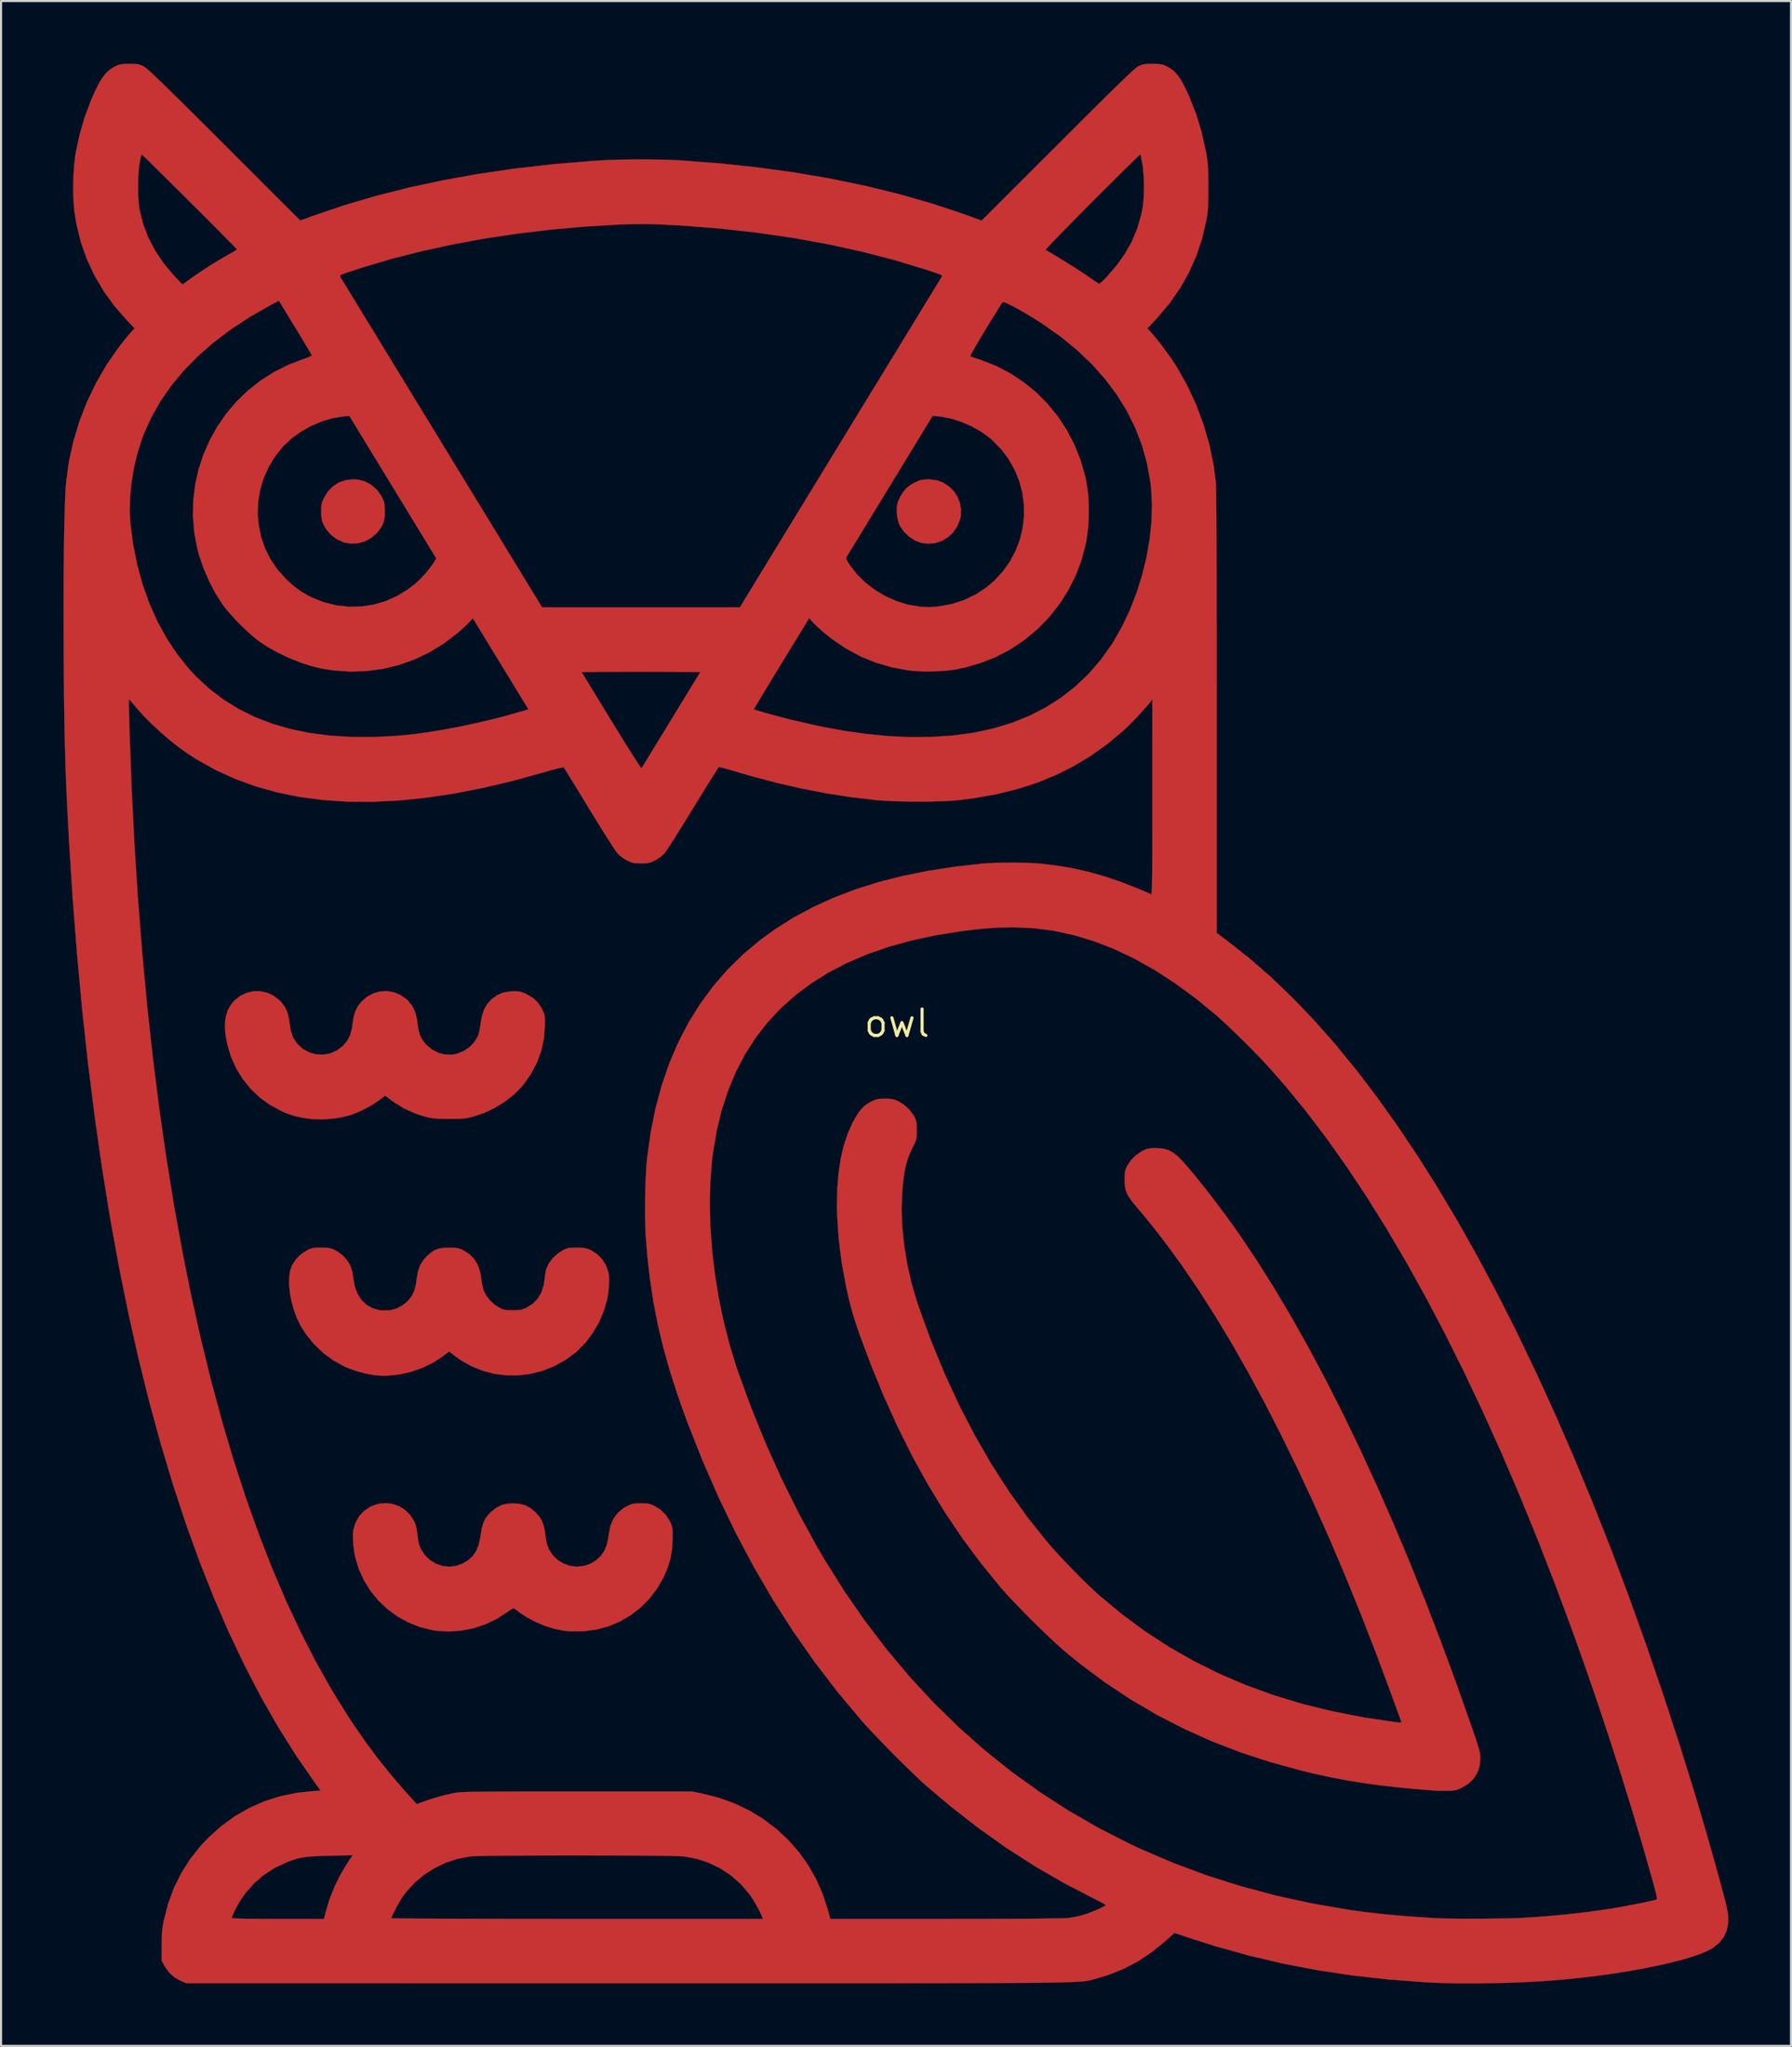
<source format=kicad_pcb>
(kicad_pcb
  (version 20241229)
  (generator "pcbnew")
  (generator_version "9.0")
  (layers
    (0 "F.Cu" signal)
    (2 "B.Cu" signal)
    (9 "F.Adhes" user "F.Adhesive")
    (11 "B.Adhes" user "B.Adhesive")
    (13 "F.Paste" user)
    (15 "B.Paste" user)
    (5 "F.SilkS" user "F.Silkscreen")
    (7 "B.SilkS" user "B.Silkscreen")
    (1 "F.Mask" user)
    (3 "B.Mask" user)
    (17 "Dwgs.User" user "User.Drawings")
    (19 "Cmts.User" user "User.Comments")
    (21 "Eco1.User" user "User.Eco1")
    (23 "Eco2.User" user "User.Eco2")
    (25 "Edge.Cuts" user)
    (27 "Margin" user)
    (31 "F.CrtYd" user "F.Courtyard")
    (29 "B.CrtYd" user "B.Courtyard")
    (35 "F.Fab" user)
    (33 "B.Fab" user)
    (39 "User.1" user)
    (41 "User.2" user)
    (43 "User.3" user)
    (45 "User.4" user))
  (footprint "owl"
    (layer "F.Cu")
    (at 40.046 46.098)
    (property "Reference" "owl" (at 0 0 0) (layer "F.SilkS") (effects (font (size 1.27 1.27) (thickness 0.15))))
    (attr through_hole)
    (fp_poly (pts (xy 1.904 -26.084) (xy 2.213 -25.972) (xy 2.487 -25.798) (xy 2.719 -25.572) (xy 2.9 -25.304) (xy 3.023 -25.006) (xy 3.081 -24.685) (xy 3.066 -24.354) (xy 3.029 -24.191) (xy 2.894 -23.86) (xy 2.698 -23.576) (xy 2.449 -23.345) (xy 2.161 -23.174) (xy 1.842 -23.068) (xy 1.503 -23.035) (xy 1.175 -23.075) (xy 0.882 -23.184) (xy 0.605 -23.36) (xy 0.362 -23.587) (xy 0.172 -23.849) (xy 0.086 -24.031) (xy 0.027 -24.257) (xy -0.003 -24.52) (xy -0.002 -24.78) (xy 0.024 -24.958) (xy 0.088 -25.139) (xy 0.194 -25.345) (xy 0.321 -25.542) (xy 0.449 -25.697) (xy 0.47 -25.717) (xy 0.651 -25.854) (xy 0.865 -25.978) (xy 1.077 -26.07) (xy 1.162 -26.095) (xy 1.271 -26.111) (xy 1.427 -26.122) (xy 1.568 -26.125) (xy 1.904 -26.084)) (stroke (width 0.01) (type solid)) (fill yes) (layer "F.Cu"))
    (fp_poly (pts (xy -25.897 -26.111) (xy -25.562 -26.025) (xy -25.258 -25.864) (xy -24.996 -25.636) (xy -24.786 -25.347) (xy -24.763 -25.306) (xy -24.691 -25.161) (xy -24.646 -25.036) (xy -24.621 -24.897) (xy -24.607 -24.714) (xy -24.604 -24.659) (xy -24.61 -24.342) (xy -24.663 -24.076) (xy -24.772 -23.838) (xy -24.944 -23.604) (xy -25 -23.542) (xy -25.266 -23.312) (xy -25.569 -23.149) (xy -25.896 -23.057) (xy -26.232 -23.038) (xy -26.563 -23.098) (xy -26.589 -23.107) (xy -26.929 -23.262) (xy -27.215 -23.482) (xy -27.445 -23.763) (xy -27.565 -23.987) (xy -27.616 -24.124) (xy -27.646 -24.276) (xy -27.66 -24.469) (xy -27.662 -24.575) (xy -27.66 -24.769) (xy -27.648 -24.911) (xy -27.618 -25.032) (xy -27.565 -25.163) (xy -27.533 -25.231) (xy -27.339 -25.545) (xy -27.093 -25.796) (xy -26.802 -25.979) (xy -26.473 -26.091) (xy -26.114 -26.126) (xy -25.897 -26.111)) (stroke (width 0.01) (type solid)) (fill yes) (layer "F.Cu"))
    (fp_poly (pts (xy -24.241 23.08) (xy -23.927 23.189) (xy -23.642 23.364) (xy -23.399 23.6) (xy -23.207 23.893) (xy -23.144 24.033) (xy -23.105 24.166) (xy -23.068 24.35) (xy -23.038 24.552) (xy -23.031 24.617) (xy -23.002 24.853) (xy -22.958 25.039) (xy -22.892 25.208) (xy -22.866 25.261) (xy -22.677 25.549) (xy -22.435 25.781) (xy -22.153 25.953) (xy -21.843 26.06) (xy -21.517 26.097) (xy -21.189 26.061) (xy -20.904 25.962) (xy -20.619 25.8) (xy -20.394 25.604) (xy -20.224 25.364) (xy -20.101 25.069) (xy -20.018 24.709) (xy -19.999 24.581) (xy -19.946 24.259) (xy -19.874 24.002) (xy -19.775 23.791) (xy -19.641 23.607) (xy -19.514 23.476) (xy -19.253 23.268) (xy -18.987 23.134) (xy -18.694 23.067) (xy -18.457 23.053) (xy -18.127 23.077) (xy -17.848 23.152) (xy -17.6 23.286) (xy -17.375 23.475) (xy -17.19 23.682) (xy -17.056 23.899) (xy -16.965 24.147) (xy -16.906 24.449) (xy -16.891 24.577) (xy -16.859 24.823) (xy -16.816 25.015) (xy -16.754 25.186) (xy -16.72 25.261) (xy -16.535 25.548) (xy -16.298 25.778) (xy -16.02 25.948) (xy -15.714 26.054) (xy -15.392 26.095) (xy -15.066 26.066) (xy -14.748 25.965) (xy -14.471 25.803) (xy -14.244 25.6) (xy -14.071 25.361) (xy -13.948 25.073) (xy -13.868 24.725) (xy -13.843 24.536) (xy -13.768 24.144) (xy -13.627 23.806) (xy -13.422 23.523) (xy -13.152 23.294) (xy -12.919 23.164) (xy -12.783 23.107) (xy -12.655 23.073) (xy -12.507 23.056) (xy -12.306 23.052) (xy -12.298 23.052) (xy -12.094 23.056) (xy -11.945 23.072) (xy -11.817 23.105) (xy -11.682 23.161) (xy -11.677 23.164) (xy -11.363 23.355) (xy -11.105 23.61) (xy -10.911 23.913) (xy -10.856 24.029) (xy -10.818 24.124) (xy -10.795 24.218) (xy -10.782 24.332) (xy -10.778 24.485) (xy -10.778 24.698) (xy -10.779 24.765) (xy -10.805 25.255) (xy -10.88 25.7) (xy -11.01 26.132) (xy -11.202 26.581) (xy -11.214 26.606) (xy -11.525 27.148) (xy -11.897 27.635) (xy -12.322 28.062) (xy -12.795 28.427) (xy -13.309 28.727) (xy -13.86 28.957) (xy -14.439 29.115) (xy -15.041 29.197) (xy -15.66 29.201) (xy -16.031 29.165) (xy -16.462 29.077) (xy -16.915 28.935) (xy -17.363 28.749) (xy -17.777 28.53) (xy -18.101 28.313) (xy -18.227 28.217) (xy -18.331 28.139) (xy -18.389 28.095) (xy -18.39 28.094) (xy -18.45 28.1) (xy -18.566 28.163) (xy -18.732 28.278) (xy -18.751 28.292) (xy -19.242 28.61) (xy -19.778 28.864) (xy -20.346 29.05) (xy -20.933 29.166) (xy -21.527 29.209) (xy -22.113 29.175) (xy -22.324 29.142) (xy -22.919 28.994) (xy -23.482 28.77) (xy -24.007 28.479) (xy -24.489 28.124) (xy -24.921 27.713) (xy -25.298 27.25) (xy -25.613 26.742) (xy -25.859 26.194) (xy -26.016 25.68) (xy -26.066 25.427) (xy -26.105 25.15) (xy -26.129 24.872) (xy -26.138 24.617) (xy -26.129 24.41) (xy -26.12 24.341) (xy -26.012 23.984) (xy -25.838 23.674) (xy -25.6 23.417) (xy -25.303 23.218) (xy -25.25 23.192) (xy -24.914 23.077) (xy -24.573 23.042) (xy -24.241 23.08)) (stroke (width 0.01) (type solid)) (fill yes) (layer "F.Cu"))
    (fp_poly (pts (xy -24.179 -1.493) (xy -23.864 -1.367) (xy -23.575 -1.167) (xy -23.497 -1.094) (xy -23.296 -0.845) (xy -23.152 -0.555) (xy -23.062 -0.21) (xy -23.033 0.01) (xy -22.992 0.309) (xy -22.927 0.549) (xy -22.827 0.754) (xy -22.683 0.948) (xy -22.607 1.032) (xy -22.342 1.257) (xy -22.041 1.414) (xy -21.718 1.499) (xy -21.388 1.509) (xy -21.143 1.463) (xy -20.809 1.327) (xy -20.518 1.127) (xy -20.283 0.873) (xy -20.122 0.593) (xy -20.089 0.489) (xy -20.053 0.326) (xy -20.019 0.129) (xy -19.999 -0.014) (xy -19.934 -0.371) (xy -19.835 -0.664) (xy -19.694 -0.911) (xy -19.503 -1.129) (xy -19.464 -1.165) (xy -19.201 -1.357) (xy -18.911 -1.478) (xy -18.581 -1.534) (xy -18.429 -1.539) (xy -18.246 -1.536) (xy -18.108 -1.52) (xy -17.98 -1.481) (xy -17.826 -1.413) (xy -17.765 -1.383) (xy -17.49 -1.219) (xy -17.275 -1.022) (xy -17.099 -0.771) (xy -17.027 -0.637) (xy -16.979 -0.532) (xy -16.946 -0.439) (xy -16.927 -0.336) (xy -16.918 -0.203) (xy -16.915 -0.018) (xy -16.916 0.127) (xy -16.961 0.728) (xy -17.089 1.316) (xy -17.296 1.883) (xy -17.58 2.424) (xy -17.938 2.931) (xy -18.069 3.087) (xy -18.433 3.447) (xy -18.861 3.777) (xy -19.334 4.066) (xy -19.833 4.302) (xy -20.339 4.474) (xy -20.341 4.475) (xy -20.507 4.517) (xy -20.651 4.548) (xy -20.795 4.568) (xy -20.957 4.58) (xy -21.159 4.587) (xy -21.419 4.589) (xy -21.505 4.589) (xy -21.83 4.587) (xy -22.094 4.577) (xy -22.318 4.555) (xy -22.525 4.518) (xy -22.738 4.462) (xy -22.98 4.383) (xy -23.164 4.318) (xy -23.651 4.103) (xy -24.134 3.811) (xy -24.349 3.655) (xy -24.59 3.471) (xy -24.9 3.705) (xy -25.175 3.89) (xy -25.5 4.076) (xy -25.844 4.244) (xy -26.174 4.378) (xy -26.235 4.399) (xy -26.661 4.51) (xy -27.133 4.581) (xy -27.624 4.611) (xy -28.105 4.597) (xy -28.548 4.538) (xy -28.583 4.531) (xy -28.839 4.474) (xy -29.044 4.419) (xy -29.231 4.356) (xy -29.431 4.275) (xy -29.588 4.205) (xy -30.126 3.915) (xy -30.616 3.559) (xy -31.053 3.143) (xy -31.432 2.673) (xy -31.748 2.156) (xy -31.998 1.598) (xy -32.176 1.005) (xy -32.262 0.53) (xy -32.29 0.094) (xy -32.254 -0.291) (xy -32.152 -0.628) (xy -31.983 -0.92) (xy -31.833 -1.094) (xy -31.554 -1.316) (xy -31.245 -1.464) (xy -30.919 -1.539) (xy -30.587 -1.541) (xy -30.26 -1.47) (xy -29.951 -1.327) (xy -29.672 -1.112) (xy -29.597 -1.035) (xy -29.413 -0.794) (xy -29.287 -0.527) (xy -29.21 -0.216) (xy -29.185 -0.015) (xy -29.123 0.37) (xy -29.006 0.694) (xy -28.83 0.966) (xy -28.591 1.193) (xy -28.522 1.243) (xy -28.212 1.408) (xy -27.883 1.495) (xy -27.547 1.506) (xy -27.218 1.442) (xy -26.907 1.304) (xy -26.627 1.093) (xy -26.599 1.065) (xy -26.407 0.832) (xy -26.272 0.57) (xy -26.186 0.259) (xy -26.154 0.033) (xy -26.104 -0.305) (xy -26.022 -0.583) (xy -25.901 -0.819) (xy -25.733 -1.035) (xy -25.464 -1.271) (xy -25.163 -1.436) (xy -24.84 -1.527) (xy -24.508 -1.547) (xy -24.179 -1.493)) (stroke (width 0.01) (type solid)) (fill yes) (layer "F.Cu"))
    (fp_poly (pts (xy -21.318 10.777) (xy -21.167 10.788) (xy -21.047 10.813) (xy -20.93 10.856) (xy -20.862 10.887) (xy -20.557 11.073) (xy -20.314 11.317) (xy -20.134 11.617) (xy -20.017 11.973) (xy -19.974 12.243) (xy -19.946 12.449) (xy -19.905 12.654) (xy -19.86 12.822) (xy -19.85 12.85) (xy -19.725 13.089) (xy -19.54 13.322) (xy -19.319 13.523) (xy -19.1 13.661) (xy -18.973 13.719) (xy -18.859 13.754) (xy -18.729 13.772) (xy -18.556 13.779) (xy -18.457 13.78) (xy -18.252 13.776) (xy -18.103 13.763) (xy -17.98 13.734) (xy -17.855 13.685) (xy -17.814 13.666) (xy -17.509 13.48) (xy -17.267 13.237) (xy -17.088 12.938) (xy -16.972 12.585) (xy -16.932 12.329) (xy -16.91 12.141) (xy -16.884 11.969) (xy -16.859 11.842) (xy -16.853 11.818) (xy -16.721 11.523) (xy -16.516 11.254) (xy -16.248 11.023) (xy -16.035 10.892) (xy -15.921 10.837) (xy -15.818 10.802) (xy -15.7 10.783) (xy -15.542 10.776) (xy -15.388 10.774) (xy -15.18 10.777) (xy -15.029 10.788) (xy -14.909 10.813) (xy -14.792 10.856) (xy -14.727 10.885) (xy -14.421 11.074) (xy -14.169 11.323) (xy -13.981 11.622) (xy -13.863 11.961) (xy -13.85 12.024) (xy -13.832 12.205) (xy -13.832 12.441) (xy -13.847 12.708) (xy -13.875 12.977) (xy -13.915 13.223) (xy -13.925 13.271) (xy -14.09 13.832) (xy -14.325 14.374) (xy -14.622 14.883) (xy -14.973 15.345) (xy -15.369 15.746) (xy -15.432 15.801) (xy -15.931 16.168) (xy -16.462 16.463) (xy -17.018 16.684) (xy -17.591 16.832) (xy -18.175 16.906) (xy -18.76 16.906) (xy -19.341 16.832) (xy -19.909 16.683) (xy -20.457 16.461) (xy -20.978 16.163) (xy -21.249 15.968) (xy -21.516 15.76) (xy -21.818 15.989) (xy -22.275 16.289) (xy -22.786 16.539) (xy -23.329 16.731) (xy -23.883 16.858) (xy -24.102 16.888) (xy -24.375 16.915) (xy -24.599 16.926) (xy -24.811 16.921) (xy -25.045 16.9) (xy -25.167 16.886) (xy -25.524 16.821) (xy -25.913 16.718) (xy -26.298 16.585) (xy -26.571 16.469) (xy -27.09 16.181) (xy -27.574 15.822) (xy -28.011 15.402) (xy -28.391 14.934) (xy -28.644 14.535) (xy -28.824 14.167) (xy -28.972 13.773) (xy -29.086 13.366) (xy -29.163 12.961) (xy -29.202 12.571) (xy -29.201 12.21) (xy -29.157 11.892) (xy -29.069 11.631) (xy -29.068 11.63) (xy -28.882 11.339) (xy -28.633 11.089) (xy -28.343 10.899) (xy -28.331 10.893) (xy -28.207 10.837) (xy -28.097 10.801) (xy -27.974 10.782) (xy -27.811 10.775) (xy -27.665 10.774) (xy -27.459 10.776) (xy -27.311 10.787) (xy -27.195 10.811) (xy -27.084 10.853) (xy -27.007 10.889) (xy -26.845 10.986) (xy -26.674 11.114) (xy -26.572 11.205) (xy -26.393 11.414) (xy -26.264 11.64) (xy -26.177 11.902) (xy -26.123 12.224) (xy -26.119 12.263) (xy -26.044 12.661) (xy -25.911 13.006) (xy -25.722 13.294) (xy -25.483 13.521) (xy -25.196 13.683) (xy -24.866 13.775) (xy -24.726 13.791) (xy -24.382 13.785) (xy -24.074 13.71) (xy -23.783 13.562) (xy -23.756 13.544) (xy -23.509 13.347) (xy -23.323 13.117) (xy -23.191 12.845) (xy -23.105 12.515) (xy -23.072 12.269) (xy -23.011 11.907) (xy -22.901 11.603) (xy -22.734 11.342) (xy -22.58 11.175) (xy -22.378 11.002) (xy -22.19 10.885) (xy -21.99 10.814) (xy -21.752 10.781) (xy -21.526 10.774) (xy -21.318 10.777)) (stroke (width 0.01) (type solid)) (fill yes) (layer "F.Cu"))
    (fp_poly (pts (xy -0.369 3.625) (xy -0.218 3.641) (xy -0.091 3.674) (xy 0.046 3.731) (xy 0.052 3.734) (xy 0.335 3.905) (xy 0.588 4.134) (xy 0.786 4.398) (xy 0.829 4.476) (xy 0.887 4.598) (xy 0.923 4.705) (xy 0.943 4.822) (xy 0.951 4.977) (xy 0.953 5.146) (xy 0.951 5.338) (xy 0.943 5.477) (xy 0.921 5.591) (xy 0.878 5.709) (xy 0.808 5.859) (xy 0.752 5.971) (xy 0.623 6.247) (xy 0.519 6.516) (xy 0.436 6.795) (xy 0.37 7.101) (xy 0.317 7.449) (xy 0.274 7.856) (xy 0.252 8.133) (xy 0.224 8.946) (xy 0.258 9.802) (xy 0.35 10.685) (xy 0.499 11.583) (xy 0.703 12.48) (xy 0.96 13.362) (xy 1.03 13.57) (xy 1.631 15.221) (xy 2.283 16.808) (xy 2.986 18.33) (xy 3.74 19.787) (xy 4.544 21.178) (xy 5.397 22.502) (xy 6.3 23.758) (xy 7.14 24.812) (xy 7.431 25.15) (xy 7.767 25.523) (xy 8.135 25.915) (xy 8.517 26.311) (xy 8.899 26.695) (xy 9.265 27.052) (xy 9.601 27.364) (xy 9.737 27.486) (xy 10.805 28.374) (xy 11.913 29.193) (xy 13.062 29.942) (xy 14.254 30.624) (xy 15.491 31.239) (xy 16.775 31.787) (xy 18.108 32.27) (xy 19.491 32.688) (xy 20.927 33.042) (xy 22.417 33.333) (xy 23.963 33.561) (xy 23.973 33.563) (xy 24.124 33.58) (xy 24.208 33.581) (xy 24.239 33.566) (xy 24.235 33.532) (xy 24.235 33.532) (xy 24.214 33.476) (xy 24.168 33.352) (xy 24.101 33.168) (xy 24.017 32.936) (xy 23.918 32.665) (xy 23.809 32.367) (xy 23.763 32.239) (xy 23.039 30.292) (xy 22.301 28.395) (xy 21.551 26.55) (xy 20.79 24.76) (xy 20.019 23.028) (xy 19.24 21.358) (xy 18.454 19.75) (xy 17.663 18.209) (xy 16.867 16.737) (xy 16.069 15.336) (xy 15.269 14.01) (xy 14.469 12.761) (xy 13.67 11.591) (xy 13.045 10.732) (xy 12.661 10.224) (xy 12.299 9.762) (xy 11.938 9.318) (xy 11.561 8.87) (xy 11.351 8.617) (xy 11.193 8.407) (xy 11.082 8.224) (xy 11.008 8.053) (xy 10.966 7.877) (xy 10.947 7.679) (xy 10.943 7.514) (xy 10.946 7.311) (xy 10.956 7.165) (xy 10.98 7.052) (xy 11.021 6.943) (xy 11.067 6.846) (xy 11.245 6.577) (xy 11.484 6.337) (xy 11.76 6.147) (xy 11.844 6.105) (xy 11.986 6.045) (xy 12.117 6.011) (xy 12.271 5.996) (xy 12.446 5.994) (xy 12.763 6.015) (xy 13.026 6.08) (xy 13.261 6.199) (xy 13.491 6.382) (xy 13.586 6.475) (xy 13.779 6.68) (xy 14.012 6.947) (xy 14.278 7.264) (xy 14.569 7.624) (xy 14.879 8.016) (xy 15.2 8.43) (xy 15.525 8.859) (xy 15.846 9.291) (xy 16.156 9.718) (xy 16.448 10.131) (xy 16.497 10.202) (xy 17.324 11.437) (xy 18.151 12.753) (xy 18.978 14.148) (xy 19.802 15.617) (xy 20.623 17.159) (xy 21.439 18.769) (xy 22.248 20.445) (xy 23.049 22.184) (xy 23.84 23.982) (xy 24.621 25.836) (xy 25.388 27.743) (xy 26.142 29.7) (xy 26.881 31.703) (xy 27.602 33.75) (xy 27.79 34.299) (xy 27.881 34.571) (xy 27.946 34.782) (xy 27.99 34.946) (xy 28.016 35.083) (xy 28.029 35.207) (xy 28.032 35.315) (xy 27.995 35.68) (xy 27.884 36.005) (xy 27.7 36.289) (xy 27.443 36.53) (xy 27.136 36.715) (xy 26.997 36.778) (xy 26.879 36.819) (xy 26.753 36.841) (xy 26.591 36.852) (xy 26.437 36.855) (xy 26.228 36.856) (xy 26.024 36.854) (xy 25.858 36.849) (xy 25.802 36.846) (xy 24.864 36.769) (xy 23.996 36.685) (xy 23.185 36.592) (xy 22.417 36.487) (xy 21.679 36.367) (xy 20.957 36.232) (xy 20.237 36.079) (xy 19.505 35.907) (xy 19.452 35.893) (xy 17.954 35.483) (xy 16.512 35.011) (xy 15.122 34.475) (xy 13.781 33.874) (xy 12.484 33.205) (xy 11.227 32.466) (xy 10.007 31.656) (xy 8.82 30.773) (xy 8.17 30.247) (xy 7.895 30.009) (xy 7.576 29.72) (xy 7.226 29.392) (xy 6.855 29.035) (xy 6.477 28.663) (xy 6.104 28.287) (xy 5.747 27.919) (xy 5.418 27.572) (xy 5.131 27.256) (xy 4.939 27.037) (xy 4.006 25.887) (xy 3.122 24.693) (xy 2.286 23.45) (xy 1.496 22.154) (xy 0.747 20.8) (xy 0.039 19.383) (xy -0.632 17.9) (xy -1.267 16.346) (xy -1.714 15.155) (xy -1.892 14.65) (xy -2.041 14.195) (xy -2.169 13.766) (xy -2.282 13.337) (xy -2.388 12.883) (xy -2.429 12.694) (xy -2.652 11.492) (xy -2.799 10.327) (xy -2.871 9.197) (xy -2.879 8.7) (xy -2.86 7.904) (xy -2.801 7.177) (xy -2.702 6.511) (xy -2.561 5.9) (xy -2.376 5.336) (xy -2.147 4.812) (xy -2.102 4.724) (xy -1.924 4.409) (xy -1.749 4.163) (xy -1.566 3.974) (xy -1.361 3.826) (xy -1.236 3.758) (xy -1.089 3.69) (xy -0.968 3.649) (xy -0.842 3.628) (xy -0.678 3.621) (xy -0.572 3.62) (xy -0.369 3.625)) (stroke (width 0.01) (type solid)) (fill yes) (layer "F.Cu"))
    (fp_poly (pts (xy 12.487 -46.077) (xy 12.637 -46.068) (xy 12.752 -46.047) (xy 12.858 -46.01) (xy 12.954 -45.965) (xy 13.147 -45.855) (xy 13.319 -45.72) (xy 13.477 -45.55) (xy 13.63 -45.334) (xy 13.785 -45.062) (xy 13.95 -44.723) (xy 14.032 -44.543) (xy 14.373 -43.682) (xy 14.644 -42.792) (xy 14.849 -41.859) (xy 14.867 -41.758) (xy 14.898 -41.566) (xy 14.922 -41.388) (xy 14.939 -41.205) (xy 14.951 -41.002) (xy 14.958 -40.762) (xy 14.961 -40.469) (xy 14.962 -40.153) (xy 14.962 -39.803) (xy 14.958 -39.521) (xy 14.951 -39.292) (xy 14.94 -39.1) (xy 14.923 -38.928) (xy 14.9 -38.762) (xy 14.87 -38.586) (xy 14.67 -37.716) (xy 14.396 -36.885) (xy 14.047 -36.092) (xy 13.622 -35.334) (xy 13.119 -34.609) (xy 12.538 -33.914) (xy 12.405 -33.771) (xy 12.034 -33.379) (xy 12.244 -33.147) (xy 12.417 -32.944) (xy 12.62 -32.691) (xy 12.836 -32.406) (xy 13.051 -32.112) (xy 13.249 -31.828) (xy 13.416 -31.576) (xy 13.439 -31.538) (xy 13.94 -30.652) (xy 14.372 -29.724) (xy 14.731 -28.765) (xy 15.015 -27.783) (xy 15.22 -26.787) (xy 15.324 -25.999) (xy 15.329 -25.903) (xy 15.334 -25.723) (xy 15.338 -25.46) (xy 15.342 -25.114) (xy 15.346 -24.687) (xy 15.35 -24.179) (xy 15.353 -23.591) (xy 15.356 -22.924) (xy 15.359 -22.178) (xy 15.361 -21.354) (xy 15.363 -20.454) (xy 15.364 -19.477) (xy 15.366 -18.424) (xy 15.366 -17.297) (xy 15.367 -16.096) (xy 15.367 -14.949) (xy 15.367 -4.338) (xy 15.886 -3.951) (xy 16.933 -3.127) (xy 17.973 -2.221) (xy 19.005 -1.233) (xy 20.031 -0.163) (xy 21.049 0.99) (xy 22.062 2.226) (xy 23.068 3.546) (xy 24.068 4.948) (xy 25.062 6.435) (xy 25.919 7.791) (xy 26.894 9.422) (xy 27.861 11.134) (xy 28.818 12.926) (xy 29.763 14.794) (xy 30.697 16.736) (xy 31.617 18.749) (xy 32.523 20.831) (xy 33.414 22.978) (xy 34.288 25.189) (xy 35.144 27.461) (xy 35.982 29.791) (xy 36.799 32.176) (xy 37.596 34.614) (xy 38.242 36.682) (xy 38.408 37.232) (xy 38.584 37.823) (xy 38.765 38.439) (xy 38.947 39.069) (xy 39.127 39.698) (xy 39.301 40.314) (xy 39.464 40.902) (xy 39.614 41.45) (xy 39.746 41.944) (xy 39.857 42.371) (xy 39.858 42.376) (xy 39.938 42.814) (xy 39.943 43.21) (xy 39.874 43.567) (xy 39.731 43.882) (xy 39.514 44.158) (xy 39.222 44.394) (xy 39.147 44.441) (xy 38.88 44.578) (xy 38.536 44.717) (xy 38.12 44.856) (xy 37.64 44.994) (xy 37.103 45.13) (xy 36.515 45.262) (xy 35.883 45.389) (xy 35.214 45.509) (xy 34.516 45.622) (xy 33.794 45.725) (xy 33.055 45.817) (xy 32.307 45.898) (xy 31.729 45.95) (xy 31.053 46) (xy 30.327 46.04) (xy 29.566 46.072) (xy 28.789 46.093) (xy 28.013 46.105) (xy 27.256 46.107) (xy 26.536 46.098) (xy 25.87 46.078) (xy 25.458 46.058) (xy 23.66 45.924) (xy 21.917 45.731) (xy 20.218 45.476) (xy 18.557 45.158) (xy 16.926 44.775) (xy 15.318 44.327) (xy 14.108 43.942) (xy 13.337 43.684) (xy 12.881 44.091) (xy 12.24 44.612) (xy 11.574 45.053) (xy 10.878 45.417) (xy 10.148 45.706) (xy 9.628 45.862) (xy 9.562 45.88) (xy 9.503 45.897) (xy 9.449 45.913) (xy 9.397 45.928) (xy 9.345 45.942) (xy 9.291 45.956) (xy 9.233 45.969) (xy 9.168 45.981) (xy 9.094 45.992) (xy 9.01 46.002) (xy 8.912 46.012) (xy 8.798 46.021) (xy 8.667 46.03) (xy 8.516 46.038) (xy 8.343 46.045) (xy 8.145 46.052) (xy 7.92 46.058) (xy 7.667 46.063) (xy 7.383 46.069) (xy 7.065 46.073) (xy 6.711 46.077) (xy 6.32 46.081) (xy 5.889 46.084) (xy 5.416 46.087) (xy 4.898 46.09) (xy 4.333 46.092) (xy 3.719 46.094) (xy 3.054 46.095) (xy 2.336 46.097) (xy 1.562 46.098) (xy 0.73 46.099) (xy -0.161 46.099) (xy -1.116 46.1) (xy -2.135 46.1) (xy -3.22 46.1) (xy -4.375 46.1) (xy -5.601 46.1) (xy -6.9 46.1) (xy -8.275 46.1) (xy -9.728 46.1) (xy -11.262 46.1) (xy -12.878 46.1) (xy -12.89 46.1) (xy -34.142 46.099) (xy -34.39 45.997) (xy -34.71 45.821) (xy -34.977 45.58) (xy -35.177 45.294) (xy -35.327 45.022) (xy -35.326 44.302) (xy -35.324 43.994) (xy -35.315 43.747) (xy -35.298 43.534) (xy -35.27 43.333) (xy -35.231 43.118) (xy -35.226 43.095) (xy -35.193 42.967) (xy -31.962 42.967) (xy -31.92 42.979) (xy -31.795 42.988) (xy -31.585 42.996) (xy -31.292 43.002) (xy -30.915 43.006) (xy -30.454 43.009) (xy -29.908 43.011) (xy -29.744 43.011) (xy -27.527 43.011) (xy -27.519 42.979) (xy -24.299 42.979) (xy -24.257 42.982) (xy -24.135 42.985) (xy -23.935 42.988) (xy -23.663 42.991) (xy -23.322 42.993) (xy -22.915 42.996) (xy -22.448 42.998) (xy -21.923 43) (xy -21.344 43.002) (xy -20.716 43.004) (xy -20.043 43.006) (xy -19.327 43.007) (xy -18.574 43.009) (xy -17.787 43.009) (xy -16.969 43.01) (xy -16.126 43.011) (xy -15.368 43.011) (xy -6.437 43.011) (xy -6.475 42.91) (xy -6.574 42.686) (xy -6.709 42.425) (xy -6.866 42.156) (xy -7.027 41.907) (xy -7.109 41.794) (xy -7.509 41.331) (xy -7.966 40.93) (xy -8.471 40.593) (xy -9.018 40.324) (xy -9.599 40.129) (xy -10.208 40.012) (xy -10.223 40.01) (xy -10.329 40.002) (xy -10.512 39.995) (xy -10.766 39.989) (xy -11.084 39.983) (xy -11.459 39.978) (xy -11.885 39.974) (xy -12.355 39.97) (xy -12.862 39.967) (xy -13.399 39.965) (xy -13.959 39.963) (xy -14.536 39.962) (xy -15.122 39.961) (xy -15.711 39.961) (xy -16.297 39.962) (xy -16.871 39.963) (xy -17.428 39.965) (xy -17.96 39.968) (xy -18.461 39.971) (xy -18.924 39.975) (xy -19.342 39.979) (xy -19.708 39.984) (xy -20.016 39.99) (xy -20.259 39.996) (xy -20.429 40.003) (xy -20.511 40.01) (xy -21.101 40.122) (xy -21.672 40.311) (xy -22.214 40.568) (xy -22.717 40.89) (xy -23.172 41.27) (xy -23.569 41.702) (xy -23.778 41.987) (xy -23.853 42.107) (xy -23.944 42.264) (xy -24.04 42.44) (xy -24.133 42.616) (xy -24.213 42.776) (xy -24.271 42.901) (xy -24.298 42.973) (xy -24.299 42.979) (xy -27.519 42.979) (xy -27.435 42.642) (xy -27.25 42.035) (xy -27.002 41.419) (xy -26.702 40.82) (xy -26.37 40.275) (xy -26.152 39.952) (xy -27.226 39.975) (xy -27.627 39.985) (xy -27.958 39.999) (xy -28.233 40.018) (xy -28.467 40.045) (xy -28.675 40.082) (xy -28.87 40.132) (xy -29.068 40.195) (xy -29.283 40.276) (xy -29.316 40.289) (xy -29.892 40.559) (xy -30.412 40.892) (xy -30.876 41.289) (xy -31.284 41.749) (xy -31.479 42.021) (xy -31.589 42.195) (xy -31.699 42.387) (xy -31.801 42.578) (xy -31.884 42.75) (xy -31.941 42.886) (xy -31.962 42.967) (xy -35.193 42.967) (xy -35.021 42.296) (xy -34.744 41.539) (xy -34.393 40.825) (xy -33.969 40.153) (xy -33.472 39.524) (xy -33.077 39.106) (xy -32.466 38.558) (xy -31.816 38.086) (xy -31.129 37.69) (xy -30.406 37.37) (xy -29.648 37.127) (xy -28.856 36.962) (xy -28.12 36.88) (xy -27.686 36.851) (xy -28.009 36.407) (xy -28.892 35.129) (xy -29.743 33.773) (xy -30.561 32.339) (xy -31.347 30.829) (xy -32.101 29.243) (xy -32.821 27.581) (xy -33.509 25.844) (xy -34.164 24.033) (xy -34.785 22.148) (xy -35.374 20.189) (xy -35.928 18.157) (xy -36.45 16.053) (xy -36.937 13.877) (xy -37.391 11.629) (xy -37.81 9.311) (xy -38.196 6.923) (xy -38.547 4.465) (xy -38.864 1.939) (xy -39.146 -0.657) (xy -39.393 -3.32) (xy -39.606 -6.051) (xy -39.784 -8.849) (xy -39.835 -9.8) (xy -39.867 -10.432) (xy -39.895 -11.035) (xy -39.92 -11.618) (xy -39.942 -12.192) (xy -39.961 -12.767) (xy -39.977 -13.353) (xy -39.991 -13.962) (xy -40.003 -14.602) (xy -40.013 -15.284) (xy -40.014 -15.398) (xy -36.906 -15.398) (xy -36.903 -15.213) (xy -36.899 -14.972) (xy -36.892 -14.685) (xy -36.884 -14.362) (xy -36.874 -14.048) (xy -36.772 -11.293) (xy -36.636 -8.593) (xy -36.466 -5.95) (xy -36.262 -3.366) (xy -36.026 -0.841) (xy -35.756 1.624) (xy -35.454 4.028) (xy -35.119 6.37) (xy -34.753 8.648) (xy -34.354 10.861) (xy -33.924 13.009) (xy -33.462 15.09) (xy -32.969 17.104) (xy -32.445 19.049) (xy -31.89 20.924) (xy -31.304 22.728) (xy -30.689 24.46) (xy -30.043 26.119) (xy -29.368 27.704) (xy -28.663 29.214) (xy -27.929 30.648) (xy -27.165 32.004) (xy -26.373 33.282) (xy -26.141 33.634) (xy -25.562 34.471) (xy -24.985 35.252) (xy -24.389 35.999) (xy -23.757 36.738) (xy -23.555 36.964) (xy -23.07 37.503) (xy -22.785 37.393) (xy -22.479 37.285) (xy -22.122 37.175) (xy -21.748 37.074) (xy -21.391 36.991) (xy -21.276 36.968) (xy -21.215 36.957) (xy -21.148 36.947) (xy -21.07 36.939) (xy -20.976 36.931) (xy -20.862 36.924) (xy -20.722 36.918) (xy -20.554 36.913) (xy -20.351 36.909) (xy -20.11 36.905) (xy -19.825 36.902) (xy -19.493 36.9) (xy -19.109 36.898) (xy -18.668 36.896) (xy -18.165 36.895) (xy -17.597 36.894) (xy -16.958 36.894) (xy -16.244 36.894) (xy -15.45 36.894) (xy -9.842 36.894) (xy -9.356 36.992) (xy -8.56 37.194) (xy -7.801 37.468) (xy -7.084 37.812) (xy -6.413 38.22) (xy -5.791 38.691) (xy -5.222 39.219) (xy -4.71 39.802) (xy -4.26 40.436) (xy -3.874 41.117) (xy -3.556 41.842) (xy -3.319 42.58) (xy -3.203 43.011) (xy 2.375 43.011) (xy 3.328 43.01) (xy 4.196 43.009) (xy 4.981 43.007) (xy 5.682 43.005) (xy 6.299 43.002) (xy 6.832 42.998) (xy 7.283 42.993) (xy 7.651 42.988) (xy 7.936 42.982) (xy 8.139 42.975) (xy 8.26 42.967) (xy 8.279 42.965) (xy 8.483 42.93) (xy 8.721 42.879) (xy 8.945 42.822) (xy 8.97 42.815) (xy 9.138 42.761) (xy 9.327 42.691) (xy 9.522 42.611) (xy 9.705 42.531) (xy 9.862 42.455) (xy 9.976 42.392) (xy 10.03 42.349) (xy 10.033 42.343) (xy 9.997 42.315) (xy 9.897 42.257) (xy 9.748 42.177) (xy 9.561 42.082) (xy 9.451 42.027) (xy 8.018 41.284) (xy 6.621 40.475) (xy 5.254 39.596) (xy 3.912 38.643) (xy 2.589 37.612) (xy 1.418 36.623) (xy 1.184 36.412) (xy 0.904 36.149) (xy 0.589 35.846) (xy 0.251 35.515) (xy -0.099 35.166) (xy -0.45 34.81) (xy -0.79 34.461) (xy -1.109 34.127) (xy -1.394 33.822) (xy -1.636 33.556) (xy -1.698 33.486) (xy -2.842 32.12) (xy -3.929 30.704) (xy -4.96 29.237) (xy -5.936 27.715) (xy -6.859 26.135) (xy -7.732 24.494) (xy -8.554 22.791) (xy -9.329 21.021) (xy -10.058 19.181) (xy -10.108 19.049) (xy -10.534 17.859) (xy -10.902 16.714) (xy -11.216 15.601) (xy -11.479 14.505) (xy -11.693 13.414) (xy -11.862 12.312) (xy -11.99 11.186) (xy -12.07 10.16) (xy -12.087 9.786) (xy -12.097 9.355) (xy -12.1 8.886) (xy -12.098 8.699) (xy -8.993 8.699) (xy -8.962 9.798) (xy -8.879 10.921) (xy -8.745 12.056) (xy -8.56 13.191) (xy -8.328 14.312) (xy -8.049 15.408) (xy -7.725 16.465) (xy -7.679 16.603) (xy -7.028 18.396) (xy -6.318 20.148) (xy -5.554 21.851) (xy -4.737 23.498) (xy -3.872 25.083) (xy -3.48 25.754) (xy -2.533 27.262) (xy -1.535 28.704) (xy -0.485 30.08) (xy 0.615 31.389) (xy 1.766 32.632) (xy 2.967 33.806) (xy 4.217 34.913) (xy 5.515 35.951) (xy 6.862 36.919) (xy 8.257 37.819) (xy 9.699 38.648) (xy 11.187 39.407) (xy 11.769 39.679) (xy 13.323 40.342) (xy 14.916 40.932) (xy 16.55 41.449) (xy 18.226 41.895) (xy 19.946 42.27) (xy 21.711 42.573) (xy 21.929 42.605) (xy 22.605 42.696) (xy 23.303 42.776) (xy 24.039 42.846) (xy 24.825 42.908) (xy 25.675 42.963) (xy 26.035 42.983) (xy 26.23 42.99) (xy 26.496 42.996) (xy 26.819 42.999) (xy 27.186 43.002) (xy 27.581 43.002) (xy 27.991 43.001) (xy 28.403 42.999) (xy 28.803 42.995) (xy 29.177 42.99) (xy 29.51 42.983) (xy 29.789 42.975) (xy 29.972 42.968) (xy 31.067 42.897) (xy 32.167 42.798) (xy 33.244 42.673) (xy 34.267 42.527) (xy 34.311 42.519) (xy 34.55 42.48) (xy 34.821 42.431) (xy 35.11 42.378) (xy 35.404 42.322) (xy 35.689 42.265) (xy 35.951 42.212) (xy 36.177 42.164) (xy 36.352 42.124) (xy 36.464 42.095) (xy 36.488 42.087) (xy 36.508 42.07) (xy 36.517 42.035) (xy 36.513 41.972) (xy 36.495 41.872) (xy 36.46 41.724) (xy 36.407 41.521) (xy 36.334 41.252) (xy 36.27 41.021) (xy 35.812 39.415) (xy 35.316 37.754) (xy 34.789 36.055) (xy 34.237 34.336) (xy 33.664 32.615) (xy 33.077 30.911) (xy 32.482 29.239) (xy 32.448 29.146) (xy 31.61 26.895) (xy 30.758 24.712) (xy 29.893 22.598) (xy 29.015 20.554) (xy 28.124 18.581) (xy 27.222 16.68) (xy 26.309 14.853) (xy 25.385 13.101) (xy 24.451 11.424) (xy 23.508 9.825) (xy 22.556 8.303) (xy 21.596 6.861) (xy 20.629 5.498) (xy 19.655 4.218) (xy 18.674 3.019) (xy 17.882 2.117) (xy 17.619 1.832) (xy 17.315 1.515) (xy 16.986 1.179) (xy 16.643 0.836) (xy 16.299 0.5) (xy 15.969 0.183) (xy 15.665 -0.101) (xy 15.401 -0.34) (xy 15.325 -0.406) (xy 14.349 -1.205) (xy 13.376 -1.919) (xy 12.405 -2.549) (xy 11.436 -3.095) (xy 10.467 -3.557) (xy 9.499 -3.935) (xy 8.531 -4.23) (xy 7.562 -4.441) (xy 6.593 -4.569) (xy 5.623 -4.614) (xy 5.58 -4.614) (xy 5.141 -4.608) (xy 4.706 -4.59) (xy 4.253 -4.557) (xy 3.764 -4.508) (xy 3.217 -4.442) (xy 3.052 -4.42) (xy 1.832 -4.225) (xy 0.677 -3.975) (xy -0.413 -3.672) (xy -1.439 -3.314) (xy -2.4 -2.902) (xy -3.295 -2.436) (xy -4.126 -1.916) (xy -4.892 -1.342) (xy -5.592 -0.714) (xy -6.228 -0.033) (xy -6.798 0.703) (xy -7.302 1.492) (xy -7.742 2.335) (xy -8.115 3.231) (xy -8.424 4.181) (xy -8.666 5.184) (xy -8.843 6.241) (xy -8.89 6.625) (xy -8.969 7.637) (xy -8.993 8.699) (xy -12.098 8.699) (xy -12.095 8.397) (xy -12.085 7.908) (xy -12.068 7.438) (xy -12.045 7.005) (xy -12.017 6.629) (xy -12.002 6.477) (xy -11.834 5.259) (xy -11.6 4.093) (xy -11.3 2.98) (xy -10.934 1.918) (xy -10.503 0.91) (xy -10.006 -0.046) (xy -9.444 -0.948) (xy -8.817 -1.796) (xy -8.125 -2.591) (xy -7.368 -3.331) (xy -6.547 -4.017) (xy -5.842 -4.527) (xy -4.96 -5.082) (xy -4.026 -5.583) (xy -3.04 -6.033) (xy -1.997 -6.431) (xy -0.896 -6.778) (xy 0.265 -7.075) (xy 1.49 -7.322) (xy 2.781 -7.522) (xy 4.064 -7.666) (xy 4.384 -7.689) (xy 4.764 -7.705) (xy 5.181 -7.714) (xy 5.613 -7.716) (xy 6.038 -7.71) (xy 6.434 -7.698) (xy 6.778 -7.679) (xy 6.921 -7.666) (xy 7.708 -7.572) (xy 8.467 -7.442) (xy 9.214 -7.274) (xy 9.964 -7.062) (xy 10.732 -6.802) (xy 11.533 -6.491) (xy 12.224 -6.195) (xy 12.232 -6.206) (xy 12.24 -6.251) (xy 12.247 -6.333) (xy 12.252 -6.456) (xy 12.258 -6.624) (xy 12.262 -6.841) (xy 12.266 -7.111) (xy 12.269 -7.439) (xy 12.271 -7.826) (xy 12.273 -8.279) (xy 12.274 -8.8) (xy 12.275 -9.394) (xy 12.275 -10.065) (xy 12.275 -10.816) (xy 12.275 -10.865) (xy 12.274 -15.557) (xy 12.138 -15.388) (xy 11.939 -15.153) (xy 11.701 -14.887) (xy 11.445 -14.613) (xy 11.191 -14.354) (xy 10.961 -14.131) (xy 10.885 -14.062) (xy 10.125 -13.427) (xy 9.337 -12.862) (xy 8.516 -12.365) (xy 7.657 -11.933) (xy 6.756 -11.564) (xy 5.807 -11.257) (xy 4.805 -11.01) (xy 3.747 -10.82) (xy 3.006 -10.724) (xy 2.668 -10.694) (xy 2.264 -10.672) (xy 1.811 -10.657) (xy 1.325 -10.65) (xy 0.826 -10.649) (xy 0.33 -10.656) (xy -0.146 -10.67) (xy -0.583 -10.691) (xy -0.964 -10.72) (xy -1.016 -10.725) (xy -2.183 -10.861) (xy -3.344 -11.04) (xy -4.515 -11.264) (xy -5.71 -11.536) (xy -6.942 -11.86) (xy -7.888 -12.135) (xy -8.107 -12.199) (xy -8.298 -12.252) (xy -8.445 -12.29) (xy -8.535 -12.31) (xy -8.555 -12.311) (xy -8.583 -12.273) (xy -8.652 -12.17) (xy -8.756 -12.007) (xy -8.892 -11.793) (xy -9.055 -11.532) (xy -9.241 -11.232) (xy -9.446 -10.899) (xy -9.666 -10.54) (xy -9.795 -10.329) (xy -10.027 -9.951) (xy -10.251 -9.59) (xy -10.461 -9.253) (xy -10.654 -8.947) (xy -10.824 -8.68) (xy -10.967 -8.459) (xy -11.078 -8.293) (xy -11.153 -8.187) (xy -11.173 -8.161) (xy -11.37 -7.983) (xy -11.616 -7.831) (xy -11.632 -7.823) (xy -11.78 -7.754) (xy -11.901 -7.713) (xy -12.028 -7.692) (xy -12.192 -7.684) (xy -12.298 -7.684) (xy -12.493 -7.687) (xy -12.635 -7.7) (xy -12.754 -7.731) (xy -12.884 -7.784) (xy -12.955 -7.819) (xy -13.126 -7.918) (xy -13.294 -8.039) (xy -13.403 -8.136) (xy -13.458 -8.207) (xy -13.552 -8.343) (xy -13.68 -8.536) (xy -13.837 -8.78) (xy -14.019 -9.066) (xy -14.221 -9.388) (xy -14.438 -9.738) (xy -14.665 -10.108) (xy -14.775 -10.287) (xy -15.001 -10.658) (xy -15.214 -11.008) (xy -15.411 -11.33) (xy -15.586 -11.616) (xy -15.737 -11.861) (xy -15.858 -12.058) (xy -15.946 -12.199) (xy -15.996 -12.279) (xy -16.006 -12.294) (xy -16.056 -12.294) (xy -16.176 -12.271) (xy -16.356 -12.228) (xy -16.585 -12.167) (xy -16.853 -12.091) (xy -16.921 -12.071) (xy -18.417 -11.656) (xy -19.867 -11.312) (xy -21.269 -11.038) (xy -22.626 -10.835) (xy -23.936 -10.702) (xy -25.199 -10.64) (xy -26.416 -10.648) (xy -27.587 -10.727) (xy -28.713 -10.876) (xy -29.792 -11.096) (xy -30.825 -11.386) (xy -31.813 -11.747) (xy -32.756 -12.178) (xy -33.653 -12.68) (xy -34.084 -12.958) (xy -34.512 -13.264) (xy -34.957 -13.617) (xy -35.4 -13.999) (xy -35.826 -14.396) (xy -36.216 -14.791) (xy -36.552 -15.169) (xy -36.637 -15.273) (xy -36.746 -15.405) (xy -36.834 -15.504) (xy -36.89 -15.558) (xy -36.902 -15.563) (xy -36.905 -15.518) (xy -36.906 -15.398) (xy -40.014 -15.398) (xy -40.021 -16.019) (xy -40.028 -16.817) (xy -40.034 -17.687) (xy -40.035 -17.801) (xy -40.039 -18.716) (xy -40.041 -19.601) (xy -40.04 -20.452) (xy -40.037 -21.265) (xy -40.031 -22.035) (xy -40.023 -22.756) (xy -40.013 -23.425) (xy -40.001 -24.036) (xy -39.988 -24.557) (xy -36.863 -24.557) (xy -36.832 -24.003) (xy -36.699 -22.986) (xy -36.5 -22.002) (xy -36.238 -21.055) (xy -35.913 -20.15) (xy -35.529 -19.292) (xy -35.086 -18.485) (xy -34.588 -17.734) (xy -34.036 -17.043) (xy -33.655 -16.635) (xy -33.027 -16.057) (xy -32.351 -15.544) (xy -31.628 -15.096) (xy -30.856 -14.713) (xy -30.033 -14.394) (xy -29.159 -14.139) (xy -28.233 -13.947) (xy -27.254 -13.818) (xy -26.22 -13.753) (xy -25.13 -13.75) (xy -24.045 -13.805) (xy -23.377 -13.868) (xy -22.647 -13.964) (xy -21.873 -14.088) (xy -21.071 -14.237) (xy -20.257 -14.408) (xy -19.447 -14.598) (xy -18.657 -14.804) (xy -18.218 -14.929) (xy -17.703 -15.08) (xy -18.082 -15.7) (xy -18.188 -15.874) (xy -18.332 -16.108) (xy -18.505 -16.392) (xy -18.7 -16.712) (xy -18.797 -16.87) (xy -15.15 -16.87) (xy -13.724 -14.535) (xy -13.476 -14.131) (xy -13.241 -13.75) (xy -13.023 -13.399) (xy -12.825 -13.085) (xy -12.652 -12.812) (xy -12.506 -12.586) (xy -12.392 -12.413) (xy -12.313 -12.299) (xy -12.274 -12.25) (xy -12.27 -12.249) (xy -12.243 -12.293) (xy -12.176 -12.403) (xy -12.073 -12.572) (xy -11.937 -12.795) (xy -11.772 -13.065) (xy -11.582 -13.377) (xy -11.37 -13.722) (xy -11.141 -14.097) (xy -10.899 -14.493) (xy -10.844 -14.584) (xy -10.541 -15.079) (xy -6.878 -15.079) (xy -6.878 -15.079) (xy -6.833 -15.061) (xy -6.719 -15.026) (xy -6.55 -14.976) (xy -6.337 -14.916) (xy -6.095 -14.849) (xy -5.837 -14.779) (xy -5.574 -14.708) (xy -5.321 -14.642) (xy -5.091 -14.582) (xy -4.932 -14.543) (xy -3.721 -14.27) (xy -2.564 -14.054) (xy -1.457 -13.895) (xy -0.391 -13.792) (xy 0.638 -13.745) (xy 1.639 -13.753) (xy 2.616 -13.815) (xy 2.727 -13.826) (xy 3.709 -13.96) (xy 4.644 -14.162) (xy 5.531 -14.433) (xy 6.37 -14.771) (xy 7.158 -15.175) (xy 7.895 -15.646) (xy 8.579 -16.181) (xy 9.21 -16.782) (xy 9.787 -17.447) (xy 10.308 -18.175) (xy 10.424 -18.359) (xy 10.838 -19.092) (xy 11.205 -19.872) (xy 11.521 -20.687) (xy 11.784 -21.526) (xy 11.992 -22.377) (xy 12.142 -23.229) (xy 12.231 -24.072) (xy 12.258 -24.894) (xy 12.218 -25.683) (xy 12.179 -26.02) (xy 12.013 -26.917) (xy 11.768 -27.784) (xy 11.444 -28.622) (xy 11.042 -29.428) (xy 10.561 -30.203) (xy 10.004 -30.947) (xy 9.369 -31.658) (xy 8.657 -32.336) (xy 7.869 -32.98) (xy 7.006 -33.589) (xy 6.716 -33.776) (xy 6.423 -33.957) (xy 6.136 -34.128) (xy 5.866 -34.283) (xy 5.621 -34.416) (xy 5.41 -34.524) (xy 5.243 -34.601) (xy 5.129 -34.642) (xy 5.078 -34.642) (xy 5.048 -34.599) (xy 4.98 -34.492) (xy 4.878 -34.33) (xy 4.748 -34.12) (xy 4.595 -33.872) (xy 4.424 -33.594) (xy 4.259 -33.325) (xy 4.061 -32.998) (xy 3.889 -32.709) (xy 3.746 -32.462) (xy 3.635 -32.265) (xy 3.561 -32.123) (xy 3.526 -32.043) (xy 3.526 -32.027) (xy 3.585 -32.009) (xy 3.706 -31.969) (xy 3.87 -31.915) (xy 4.043 -31.857) (xy 4.77 -31.571) (xy 5.458 -31.212) (xy 6.101 -30.786) (xy 6.697 -30.298) (xy 7.24 -29.751) (xy 7.728 -29.151) (xy 8.156 -28.502) (xy 8.519 -27.809) (xy 8.815 -27.077) (xy 9.038 -26.31) (xy 9.102 -26.014) (xy 9.181 -25.481) (xy 9.22 -24.9) (xy 9.219 -24.3) (xy 9.178 -23.705) (xy 9.098 -23.145) (xy 9.077 -23.038) (xy 8.875 -22.266) (xy 8.596 -21.525) (xy 8.243 -20.819) (xy 7.821 -20.153) (xy 7.334 -19.532) (xy 6.785 -18.964) (xy 6.178 -18.451) (xy 5.518 -18.001) (xy 5.354 -17.904) (xy 4.712 -17.578) (xy 4.019 -17.306) (xy 3.296 -17.095) (xy 2.815 -16.994) (xy 2.472 -16.947) (xy 2.074 -16.916) (xy 1.65 -16.901) (xy 1.227 -16.903) (xy 0.833 -16.923) (xy 0.572 -16.95) (xy -0.238 -17.098) (xy -1.01 -17.323) (xy -1.747 -17.624) (xy -2.451 -18.003) (xy -3.124 -18.46) (xy -3.468 -18.734) (xy -3.642 -18.885) (xy -3.813 -19.04) (xy -3.957 -19.18) (xy -4.03 -19.256) (xy -4.215 -19.462) (xy -5.552 -17.277) (xy -5.79 -16.887) (xy -6.014 -16.519) (xy -6.221 -16.178) (xy -6.406 -15.873) (xy -6.566 -15.608) (xy -6.697 -15.389) (xy -6.795 -15.224) (xy -6.857 -15.119) (xy -6.878 -15.079) (xy -10.541 -15.079) (xy -9.446 -16.87) (xy -10.858 -16.881) (xy -11.285 -16.884) (xy -11.768 -16.885) (xy -12.281 -16.886) (xy -12.794 -16.885) (xy -13.281 -16.884) (xy -13.71 -16.881) (xy -15.15 -16.87) (xy -18.797 -16.87) (xy -18.912 -17.057) (xy -19.131 -17.416) (xy -19.351 -17.777) (xy -19.418 -17.887) (xy -20.376 -19.455) (xy -20.57 -19.247) (xy -20.685 -19.132) (xy -20.843 -18.985) (xy -21.019 -18.828) (xy -21.145 -18.719) (xy -21.796 -18.227) (xy -22.483 -17.81) (xy -23.202 -17.469) (xy -23.947 -17.206) (xy -24.715 -17.022) (xy -25.501 -16.918) (xy -26.3 -16.895) (xy -27.107 -16.955) (xy -27.665 -17.044) (xy -28.163 -17.167) (xy -28.693 -17.342) (xy -29.234 -17.561) (xy -29.76 -17.812) (xy -30.25 -18.085) (xy -30.607 -18.32) (xy -30.855 -18.512) (xy -31.135 -18.755) (xy -31.43 -19.032) (xy -31.722 -19.326) (xy -31.995 -19.62) (xy -32.232 -19.895) (xy -32.394 -20.108) (xy -32.738 -20.647) (xy -33.05 -21.241) (xy -33.319 -21.864) (xy -33.532 -22.488) (xy -33.618 -22.812) (xy -33.762 -23.588) (xy -33.824 -24.362) (xy -33.821 -24.472) (xy -30.716 -24.472) (xy -30.666 -23.899) (xy -30.545 -23.335) (xy -30.351 -22.789) (xy -30.086 -22.266) (xy -29.749 -21.775) (xy -29.341 -21.323) (xy -29.321 -21.304) (xy -28.981 -21) (xy -28.647 -20.753) (xy -28.291 -20.543) (xy -28.097 -20.445) (xy -27.523 -20.219) (xy -26.928 -20.072) (xy -26.317 -20.007) (xy -25.699 -20.023) (xy -25.139 -20.109) (xy -24.589 -20.268) (xy -24.051 -20.505) (xy -23.537 -20.811) (xy -23.128 -21.123) (xy -22.925 -21.313) (xy -22.709 -21.543) (xy -22.501 -21.79) (xy -22.321 -22.029) (xy -22.208 -22.204) (xy -22.134 -22.331) (xy -26.31 -29.175) (xy -26.589 -29.15) (xy -27.106 -29.067) (xy -27.63 -28.912) (xy -28.146 -28.693) (xy -28.636 -28.419) (xy -29.082 -28.098) (xy -29.467 -27.739) (xy -29.489 -27.716) (xy -29.876 -27.234) (xy -30.189 -26.72) (xy -30.43 -26.179) (xy -30.598 -25.619) (xy -30.693 -25.048) (xy -30.716 -24.472) (xy -33.821 -24.472) (xy -33.807 -25.129) (xy -33.714 -25.884) (xy -33.549 -26.621) (xy -33.313 -27.336) (xy -33.01 -28.023) (xy -32.643 -28.678) (xy -32.214 -29.294) (xy -31.726 -29.867) (xy -31.183 -30.391) (xy -30.587 -30.862) (xy -29.94 -31.275) (xy -29.247 -31.623) (xy -28.605 -31.871) (xy -28.416 -31.937) (xy -28.26 -31.997) (xy -28.152 -32.044) (xy -28.109 -32.072) (xy -28.109 -32.074) (xy -28.131 -32.117) (xy -28.192 -32.224) (xy -28.288 -32.387) (xy -28.413 -32.596) (xy -28.562 -32.845) (xy -28.73 -33.124) (xy -28.904 -33.409) (xy -29.697 -34.708) (xy -30.141 -34.471) (xy -31.117 -33.912) (xy -32.018 -33.32) (xy -32.844 -32.694) (xy -33.596 -32.036) (xy -34.271 -31.347) (xy -34.869 -30.626) (xy -35.39 -29.875) (xy -35.832 -29.095) (xy -36.195 -28.286) (xy -36.27 -28.088) (xy -36.486 -27.414) (xy -36.657 -26.704) (xy -36.778 -25.977) (xy -36.848 -25.255) (xy -36.863 -24.557) (xy -39.988 -24.557) (xy -39.987 -24.585) (xy -39.971 -25.067) (xy -39.953 -25.477) (xy -39.933 -25.81) (xy -39.918 -25.993) (xy -39.784 -26.98) (xy -39.568 -27.961) (xy -39.275 -28.926) (xy -38.907 -29.868) (xy -38.468 -30.778) (xy -37.961 -31.646) (xy -37.418 -32.427) (xy -37.264 -32.627) (xy -37.108 -32.825) (xy -36.965 -33) (xy -36.853 -33.132) (xy -36.839 -33.147) (xy -36.629 -33.38) (xy -37.004 -33.772) (xy -37.596 -34.451) (xy -38.114 -35.167) (xy -38.557 -35.92) (xy -38.923 -36.706) (xy -39.211 -37.522) (xy -39.42 -38.367) (xy -39.52 -38.989) (xy -39.556 -39.381) (xy -39.575 -39.827) (xy -39.576 -40.242) (xy -36.466 -40.242) (xy -36.461 -39.853) (xy -36.442 -39.488) (xy -36.408 -39.172) (xy -36.392 -39.075) (xy -36.227 -38.407) (xy -35.981 -37.757) (xy -35.654 -37.128) (xy -35.25 -36.523) (xy -34.769 -35.946) (xy -34.702 -35.875) (xy -34.329 -35.481) (xy -33.922 -35.775) (xy -33.752 -35.896) (xy -26.763 -35.896) (xy -26.758 -35.868) (xy -26.744 -35.842) (xy -26.716 -35.798) (xy -26.647 -35.685) (xy -26.537 -35.506) (xy -26.39 -35.264) (xy -26.206 -34.964) (xy -25.988 -34.608) (xy -25.739 -34.2) (xy -25.459 -33.743) (xy -25.152 -33.241) (xy -24.819 -32.695) (xy -24.462 -32.111) (xy -24.083 -31.492) (xy -23.685 -30.84) (xy -23.269 -30.158) (xy -22.837 -29.452) (xy -22.391 -28.722) (xy -21.934 -27.974) (xy -21.868 -27.866) (xy -17.051 -19.981) (xy -7.544 -19.981) (xy -6.121 -22.311) (xy -2.435 -22.311) (xy -2.405 -22.237) (xy -2.339 -22.125) (xy -2.262 -22.008) (xy -1.923 -21.568) (xy -1.518 -21.168) (xy -1.059 -20.816) (xy -0.558 -20.517) (xy -0.027 -20.28) (xy 0.521 -20.111) (xy 1.075 -20.017) (xy 1.143 -20.011) (xy 1.356 -19.996) (xy 1.523 -19.99) (xy 1.68 -19.995) (xy 1.861 -20.01) (xy 2.018 -20.027) (xy 2.63 -20.136) (xy 3.217 -20.324) (xy 3.77 -20.586) (xy 4.282 -20.92) (xy 4.658 -21.236) (xy 5.078 -21.686) (xy 5.427 -22.172) (xy 5.703 -22.689) (xy 5.909 -23.23) (xy 6.044 -23.787) (xy 6.109 -24.353) (xy 6.103 -24.922) (xy 6.027 -25.485) (xy 5.882 -26.038) (xy 5.667 -26.571) (xy 5.383 -27.078) (xy 5.029 -27.553) (xy 4.608 -27.988) (xy 4.392 -28.172) (xy 4.001 -28.446) (xy 3.561 -28.688) (xy 3.092 -28.889) (xy 2.618 -29.04) (xy 2.16 -29.132) (xy 2.014 -29.148) (xy 1.714 -29.174) (xy -0.318 -25.844) (xy -0.614 -25.357) (xy -0.899 -24.89) (xy -1.169 -24.448) (xy -1.421 -24.035) (xy -1.652 -23.657) (xy -1.858 -23.32) (xy -2.036 -23.028) (xy -2.183 -22.786) (xy -2.297 -22.601) (xy -2.372 -22.477) (xy -2.408 -22.419) (xy -2.409 -22.417) (xy -2.434 -22.365) (xy -2.435 -22.311) (xy -6.121 -22.311) (xy -2.727 -27.866) (xy -2.268 -28.617) (xy -1.821 -29.349) (xy -1.387 -30.059) (xy -0.968 -30.744) (xy -0.567 -31.4) (xy -0.185 -32.025) (xy 0.175 -32.614) (xy 0.512 -33.165) (xy 0.823 -33.674) (xy 1.106 -34.138) (xy 1.36 -34.553) (xy 1.582 -34.917) (xy 1.771 -35.225) (xy 1.924 -35.475) (xy 2.039 -35.663) (xy 2.114 -35.786) (xy 2.147 -35.84) (xy 2.149 -35.842) (xy 2.166 -35.875) (xy 2.167 -35.903) (xy 2.14 -35.931) (xy 2.077 -35.965) (xy 1.968 -36.008) (xy 1.802 -36.066) (xy 1.57 -36.143) (xy 1.431 -36.189) (xy -0.088 -36.651) (xy -1.671 -37.062) (xy -2.041 -37.143) (xy 7.138 -37.143) (xy 7.139 -37.141) (xy 7.219 -37.101) (xy 7.357 -37.023) (xy 7.542 -36.914) (xy 7.762 -36.781) (xy 8.003 -36.633) (xy 8.255 -36.477) (xy 8.503 -36.32) (xy 8.737 -36.17) (xy 8.945 -36.034) (xy 9.113 -35.921) (xy 9.171 -35.88) (xy 9.353 -35.753) (xy 9.512 -35.646) (xy 9.635 -35.567) (xy 9.709 -35.525) (xy 9.722 -35.521) (xy 9.769 -35.549) (xy 9.859 -35.627) (xy 9.979 -35.743) (xy 10.099 -35.867) (xy 10.574 -36.417) (xy 10.97 -36.976) (xy 11.291 -37.553) (xy 11.544 -38.16) (xy 11.733 -38.805) (xy 11.796 -39.095) (xy 11.836 -39.374) (xy 11.861 -39.713) (xy 11.871 -40.086) (xy 11.866 -40.468) (xy 11.847 -40.837) (xy 11.813 -41.166) (xy 11.793 -41.296) (xy 11.759 -41.475) (xy 11.73 -41.621) (xy 11.708 -41.715) (xy 11.699 -41.739) (xy 11.667 -41.713) (xy 11.58 -41.631) (xy 11.442 -41.499) (xy 11.259 -41.32) (xy 11.034 -41.099) (xy 10.772 -40.841) (xy 10.479 -40.55) (xy 10.158 -40.23) (xy 9.814 -39.887) (xy 9.452 -39.525) (xy 9.386 -39.459) (xy 9.022 -39.094) (xy 8.677 -38.746) (xy 8.356 -38.42) (xy 8.062 -38.121) (xy 7.801 -37.853) (xy 7.577 -37.621) (xy 7.394 -37.429) (xy 7.257 -37.282) (xy 7.17 -37.185) (xy 7.138 -37.143) (xy -2.041 -37.143) (xy -3.313 -37.421) (xy -5.009 -37.726) (xy -6.754 -37.978) (xy -8.543 -38.175) (xy -10.373 -38.317) (xy -11.166 -38.36) (xy -11.597 -38.379) (xy -11.986 -38.389) (xy -12.361 -38.39) (xy -12.752 -38.384) (xy -13.185 -38.37) (xy -13.389 -38.361) (xy -15.023 -38.265) (xy -16.646 -38.119) (xy -18.249 -37.927) (xy -19.823 -37.689) (xy -21.359 -37.407) (xy -22.847 -37.082) (xy -24.281 -36.717) (xy -25.649 -36.312) (xy -25.964 -36.21) (xy -26.243 -36.118) (xy -26.451 -36.047) (xy -26.598 -35.995) (xy -26.693 -35.954) (xy -26.745 -35.923) (xy -26.763 -35.896) (xy -33.752 -35.896) (xy -33.718 -35.919) (xy -33.474 -36.085) (xy -33.223 -36.252) (xy -33.024 -36.38) (xy -32.795 -36.522) (xy -32.543 -36.673) (xy -32.302 -36.815) (xy -32.121 -36.918) (xy -31.956 -37.012) (xy -31.823 -37.091) (xy -31.735 -37.147) (xy -31.709 -37.169) (xy -31.737 -37.203) (xy -31.821 -37.291) (xy -31.953 -37.427) (xy -32.128 -37.606) (xy -32.341 -37.821) (xy -32.586 -38.068) (xy -32.857 -38.34) (xy -33.149 -38.633) (xy -33.457 -38.94) (xy -33.774 -39.256) (xy -34.095 -39.576) (xy -34.414 -39.893) (xy -34.726 -40.203) (xy -35.026 -40.5) (xy -35.307 -40.777) (xy -35.564 -41.03) (xy -35.791 -41.253) (xy -35.983 -41.441) (xy -36.135 -41.587) (xy -36.24 -41.687) (xy -36.292 -41.734) (xy -36.298 -41.737) (xy -36.313 -41.688) (xy -36.339 -41.575) (xy -36.37 -41.417) (xy -36.392 -41.294) (xy -36.431 -40.988) (xy -36.456 -40.628) (xy -36.466 -40.242) (xy -39.576 -40.242) (xy -39.576 -40.301) (xy -39.561 -40.778) (xy -39.53 -41.234) (xy -39.483 -41.643) (xy -39.458 -41.804) (xy -39.27 -42.689) (xy -39.024 -43.53) (xy -38.715 -44.35) (xy -38.674 -44.445) (xy -38.498 -44.836) (xy -38.336 -45.154) (xy -38.18 -45.409) (xy -38.022 -45.612) (xy -37.857 -45.771) (xy -37.676 -45.898) (xy -37.56 -45.961) (xy -37.44 -46.015) (xy -37.334 -46.05) (xy -37.216 -46.07) (xy -37.061 -46.078) (xy -36.872 -46.08) (xy -36.665 -46.077) (xy -36.517 -46.068) (xy -36.405 -46.048) (xy -36.304 -46.012) (xy -36.195 -45.959) (xy -36.149 -45.93) (xy -36.085 -45.882) (xy -35.999 -45.81) (xy -35.889 -45.712) (xy -35.752 -45.586) (xy -35.584 -45.428) (xy -35.384 -45.236) (xy -35.147 -45.006) (xy -34.871 -44.736) (xy -34.553 -44.423) (xy -34.19 -44.063) (xy -33.778 -43.655) (xy -33.316 -43.195) (xy -32.799 -42.68) (xy -32.316 -42.197) (xy -28.669 -38.555) (xy -28.061 -38.777) (xy -26.589 -39.279) (xy -25.05 -39.732) (xy -23.448 -40.138) (xy -21.788 -40.494) (xy -20.072 -40.801) (xy -18.304 -41.058) (xy -16.489 -41.263) (xy -14.63 -41.416) (xy -14.161 -41.446) (xy -13.732 -41.466) (xy -13.242 -41.48) (xy -12.713 -41.488) (xy -12.166 -41.49) (xy -11.625 -41.485) (xy -11.111 -41.474) (xy -10.648 -41.457) (xy -10.435 -41.446) (xy -8.547 -41.304) (xy -6.704 -41.109) (xy -4.911 -40.863) (xy -3.169 -40.564) (xy -1.483 -40.215) (xy 0.144 -39.815) (xy 1.71 -39.365) (xy 3.21 -38.867) (xy 3.633 -38.713) (xy 4.069 -38.551) (xy 7.718 -42.195) (xy 8.283 -42.759) (xy 8.791 -43.266) (xy 9.246 -43.718) (xy 9.65 -44.119) (xy 10.007 -44.471) (xy 10.318 -44.778) (xy 10.588 -45.042) (xy 10.82 -45.266) (xy 11.015 -45.453) (xy 11.178 -45.607) (xy 11.311 -45.728) (xy 11.417 -45.822) (xy 11.499 -45.89) (xy 11.561 -45.936) (xy 11.599 -45.959) (xy 11.713 -46.014) (xy 11.815 -46.049) (xy 11.928 -46.069) (xy 12.078 -46.078) (xy 12.277 -46.08) (xy 12.487 -46.077)) (stroke (width 0.01) (type solid)) (fill yes) (layer "F.Cu"))
    (fp_poly (pts (xy -24.2 23.093) (xy -23.891 23.215) (xy -23.609 23.409) (xy -23.488 23.525) (xy -23.335 23.703) (xy -23.222 23.873) (xy -23.142 24.056) (xy -23.085 24.272) (xy -23.043 24.543) (xy -23.028 24.676) (xy -22.954 25.05) (xy -22.814 25.372) (xy -22.608 25.641) (xy -22.334 25.86) (xy -22.14 25.966) (xy -21.82 26.073) (xy -21.488 26.103) (xy -21.159 26.06) (xy -20.846 25.948) (xy -20.564 25.77) (xy -20.328 25.531) (xy -20.277 25.463) (xy -20.157 25.261) (xy -20.073 25.048) (xy -20.017 24.798) (xy -19.985 24.543) (xy -19.914 24.164) (xy -19.777 23.828) (xy -19.579 23.544) (xy -19.325 23.316) (xy -19.02 23.153) (xy -19.016 23.151) (xy -18.749 23.079) (xy -18.458 23.052) (xy -18.172 23.07) (xy -17.922 23.134) (xy -17.886 23.15) (xy -17.596 23.304) (xy -17.372 23.478) (xy -17.214 23.66) (xy -17.083 23.869) (xy -16.991 24.085) (xy -16.929 24.335) (xy -16.893 24.599) (xy -16.818 24.997) (xy -16.683 25.335) (xy -16.486 25.616) (xy -16.227 25.839) (xy -16.028 25.953) (xy -15.697 26.068) (xy -15.361 26.104) (xy -15.031 26.066) (xy -14.719 25.958) (xy -14.436 25.783) (xy -14.195 25.547) (xy -14.007 25.254) (xy -13.988 25.214) (xy -13.911 24.983) (xy -13.855 24.678) (xy -13.843 24.574) (xy -13.792 24.242) (xy -13.71 23.97) (xy -13.588 23.741) (xy -13.418 23.532) (xy -13.391 23.504) (xy -13.109 23.278) (xy -12.796 23.126) (xy -12.463 23.05) (xy -12.12 23.055) (xy -11.958 23.085) (xy -11.607 23.212) (xy -11.31 23.401) (xy -11.071 23.647) (xy -10.896 23.945) (xy -10.79 24.286) (xy -10.761 24.519) (xy -10.77 25.009) (xy -10.848 25.521) (xy -10.991 26.04) (xy -11.194 26.548) (xy -11.451 27.027) (xy -11.532 27.153) (xy -11.905 27.639) (xy -12.331 28.064) (xy -12.805 28.425) (xy -13.319 28.721) (xy -13.865 28.948) (xy -14.437 29.104) (xy -15.028 29.186) (xy -15.629 29.192) (xy -16.234 29.119) (xy -16.67 29.015) (xy -16.925 28.929) (xy -17.203 28.813) (xy -17.487 28.677) (xy -17.761 28.53) (xy -18.008 28.38) (xy -18.211 28.237) (xy -18.353 28.111) (xy -18.371 28.09) (xy -18.405 28.068) (xy -18.457 28.077) (xy -18.54 28.125) (xy -18.669 28.218) (xy -18.725 28.26) (xy -19.207 28.578) (xy -19.734 28.837) (xy -20.292 29.031) (xy -20.863 29.156) (xy -21.432 29.205) (xy -21.548 29.205) (xy -21.72 29.201) (xy -21.865 29.196) (xy -21.957 29.19) (xy -21.971 29.188) (xy -22.042 29.175) (xy -22.17 29.154) (xy -22.33 29.127) (xy -22.352 29.124) (xy -22.865 29.002) (xy -23.38 28.807) (xy -23.878 28.548) (xy -24.344 28.235) (xy -24.759 27.877) (xy -24.896 27.736) (xy -25.285 27.253) (xy -25.604 26.733) (xy -25.849 26.181) (xy -26.017 25.607) (xy -26.106 25.017) (xy -26.12 24.677) (xy -26.104 24.355) (xy -26.053 24.091) (xy -25.958 23.864) (xy -25.813 23.652) (xy -25.739 23.567) (xy -25.47 23.329) (xy -25.17 23.162) (xy -24.851 23.067) (xy -24.523 23.044) (xy -24.2 23.093)) (stroke (width 0.01) (type solid)) (fill yes) (layer "F.Mask"))
    (fp_poly (pts (xy -18.158 -1.515) (xy -17.831 -1.408) (xy -17.524 -1.222) (xy -17.383 -1.102) (xy -17.166 -0.852) (xy -17.015 -0.57) (xy -16.927 -0.248) (xy -16.9 0.122) (xy -16.93 0.53) (xy -17.052 1.158) (xy -17.25 1.751) (xy -17.522 2.306) (xy -17.865 2.818) (xy -18.278 3.283) (xy -18.59 3.565) (xy -19.087 3.922) (xy -19.621 4.206) (xy -20.182 4.417) (xy -20.763 4.551) (xy -21.356 4.61) (xy -21.953 4.592) (xy -22.546 4.496) (xy -23.127 4.32) (xy -23.522 4.15) (xy -23.733 4.039) (xy -23.95 3.915) (xy -24.139 3.794) (xy -24.227 3.732) (xy -24.361 3.632) (xy -24.472 3.55) (xy -24.54 3.501) (xy -24.548 3.496) (xy -24.603 3.506) (xy -24.706 3.56) (xy -24.84 3.65) (xy -24.882 3.68) (xy -25.124 3.846) (xy -25.415 4.016) (xy -25.724 4.177) (xy -26.022 4.312) (xy -26.247 4.396) (xy -26.729 4.518) (xy -27.251 4.589) (xy -27.783 4.609) (xy -28.294 4.573) (xy -28.469 4.546) (xy -29.07 4.397) (xy -29.642 4.169) (xy -30.178 3.867) (xy -30.671 3.493) (xy -30.98 3.2) (xy -31.389 2.716) (xy -31.721 2.199) (xy -31.977 1.646) (xy -32.159 1.053) (xy -32.258 0.485) (xy -32.285 0.086) (xy -32.259 -0.257) (xy -32.178 -0.556) (xy -32.038 -0.824) (xy -31.871 -1.035) (xy -31.607 -1.267) (xy -31.312 -1.427) (xy -30.998 -1.517) (xy -30.676 -1.538) (xy -30.358 -1.492) (xy -30.055 -1.38) (xy -29.779 -1.203) (xy -29.542 -0.964) (xy -29.386 -0.726) (xy -29.316 -0.578) (xy -29.264 -0.421) (xy -29.223 -0.231) (xy -29.19 -0.006) (xy -29.118 0.378) (xy -29.01 0.692) (xy -28.859 0.949) (xy -28.658 1.157) (xy -28.401 1.327) (xy -28.33 1.364) (xy -28.183 1.432) (xy -28.062 1.474) (xy -27.935 1.495) (xy -27.77 1.502) (xy -27.665 1.503) (xy -27.47 1.5) (xy -27.329 1.486) (xy -27.209 1.456) (xy -27.078 1.402) (xy -26.999 1.364) (xy -26.727 1.2) (xy -26.512 1) (xy -26.349 0.753) (xy -26.231 0.451) (xy -26.152 0.082) (xy -26.141 0) (xy -26.089 -0.312) (xy -26.021 -0.56) (xy -25.928 -0.765) (xy -25.8 -0.947) (xy -25.677 -1.082) (xy -25.397 -1.306) (xy -25.089 -1.457) (xy -24.765 -1.533) (xy -24.434 -1.536) (xy -24.11 -1.465) (xy -23.803 -1.321) (xy -23.524 -1.103) (xy -23.458 -1.035) (xy -23.28 -0.803) (xy -23.154 -0.544) (xy -23.072 -0.239) (xy -23.034 0.042) (xy -22.964 0.427) (xy -22.831 0.757) (xy -22.632 1.034) (xy -22.368 1.259) (xy -22.159 1.379) (xy -22.023 1.441) (xy -21.904 1.478) (xy -21.77 1.497) (xy -21.592 1.503) (xy -21.526 1.503) (xy -21.331 1.5) (xy -21.19 1.486) (xy -21.069 1.456) (xy -20.939 1.401) (xy -20.862 1.364) (xy -20.57 1.184) (xy -20.34 0.96) (xy -20.169 0.684) (xy -20.051 0.35) (xy -19.983 -0.047) (xy -19.911 -0.437) (xy -19.78 -0.766) (xy -19.588 -1.039) (xy -19.334 -1.257) (xy -19.191 -1.343) (xy -18.845 -1.483) (xy -18.499 -1.54) (xy -18.158 -1.515)) (stroke (width 0.01) (type solid)) (fill yes) (layer "F.Mask"))
    (fp_poly (pts (xy -15.146 10.775) (xy -14.837 10.853) (xy -14.548 10.993) (xy -14.291 11.194) (xy -14.078 11.454) (xy -13.974 11.642) (xy -13.89 11.898) (xy -13.847 12.213) (xy -13.844 12.572) (xy -13.881 12.959) (xy -13.956 13.36) (xy -14.057 13.724) (xy -14.285 14.291) (xy -14.582 14.814) (xy -14.939 15.29) (xy -15.352 15.712) (xy -15.812 16.078) (xy -16.315 16.383) (xy -16.853 16.623) (xy -17.419 16.792) (xy -18.008 16.888) (xy -18.612 16.905) (xy -18.867 16.888) (xy -19.418 16.799) (xy -19.972 16.637) (xy -20.506 16.412) (xy -21 16.133) (xy -21.216 15.981) (xy -21.523 15.751) (xy -21.652 15.854) (xy -22.144 16.202) (xy -22.672 16.486) (xy -23.222 16.7) (xy -23.78 16.837) (xy -23.812 16.843) (xy -24.044 16.873) (xy -24.309 16.896) (xy -24.575 16.909) (xy -24.81 16.91) (xy -24.934 16.905) (xy -25.447 16.832) (xy -25.959 16.702) (xy -26.444 16.525) (xy -26.79 16.357) (xy -27.32 16.015) (xy -27.795 15.612) (xy -28.21 15.152) (xy -28.561 14.643) (xy -28.843 14.09) (xy -29.051 13.498) (xy -29.07 13.431) (xy -29.121 13.218) (xy -29.155 13.022) (xy -29.174 12.813) (xy -29.183 12.56) (xy -29.184 12.467) (xy -29.185 12.237) (xy -29.181 12.071) (xy -29.169 11.949) (xy -29.147 11.85) (xy -29.111 11.752) (xy -29.07 11.663) (xy -28.88 11.353) (xy -28.623 11.093) (xy -28.342 10.908) (xy -28.214 10.844) (xy -28.106 10.805) (xy -27.989 10.784) (xy -27.837 10.775) (xy -27.685 10.774) (xy -27.487 10.777) (xy -27.344 10.788) (xy -27.227 10.815) (xy -27.106 10.862) (xy -27.003 10.911) (xy -26.699 11.1) (xy -26.46 11.337) (xy -26.285 11.626) (xy -26.169 11.971) (xy -26.117 12.298) (xy -26.051 12.689) (xy -25.929 13.017) (xy -25.749 13.289) (xy -25.508 13.507) (xy -25.282 13.64) (xy -25.144 13.705) (xy -25.03 13.746) (xy -24.914 13.768) (xy -24.766 13.778) (xy -24.575 13.78) (xy -24.376 13.778) (xy -24.236 13.769) (xy -24.127 13.747) (xy -24.024 13.707) (xy -23.899 13.643) (xy -23.883 13.634) (xy -23.603 13.448) (xy -23.387 13.223) (xy -23.229 12.951) (xy -23.123 12.622) (xy -23.072 12.298) (xy -23.002 11.904) (xy -22.881 11.574) (xy -22.702 11.3) (xy -22.463 11.077) (xy -22.189 10.911) (xy -22.047 10.846) (xy -21.931 10.805) (xy -21.809 10.783) (xy -21.653 10.775) (xy -21.506 10.774) (xy -21.307 10.777) (xy -21.164 10.788) (xy -21.049 10.815) (xy -20.935 10.86) (xy -20.859 10.897) (xy -20.637 11.04) (xy -20.422 11.23) (xy -20.238 11.445) (xy -20.11 11.658) (xy -20.104 11.672) (xy -20.056 11.822) (xy -20.012 12.024) (xy -19.981 12.248) (xy -19.978 12.274) (xy -19.906 12.675) (xy -19.771 13.02) (xy -19.575 13.308) (xy -19.319 13.538) (xy -19.092 13.67) (xy -18.97 13.722) (xy -18.856 13.755) (xy -18.724 13.772) (xy -18.547 13.778) (xy -18.436 13.779) (xy -18.156 13.766) (xy -17.931 13.725) (xy -17.737 13.644) (xy -17.545 13.516) (xy -17.429 13.419) (xy -17.205 13.168) (xy -17.047 12.867) (xy -16.953 12.512) (xy -16.933 12.356) (xy -16.886 12.022) (xy -16.812 11.749) (xy -16.702 11.516) (xy -16.597 11.36) (xy -16.358 11.109) (xy -16.081 10.926) (xy -15.78 10.811) (xy -15.464 10.761) (xy -15.146 10.775)) (stroke (width 0.01) (type solid)) (fill yes) (layer "F.Mask"))
    (fp_poly (pts (xy -0.359 3.632) (xy -0.049 3.708) (xy 0.24 3.847) (xy 0.499 4.047) (xy 0.715 4.306) (xy 0.813 4.478) (xy 0.879 4.619) (xy 0.92 4.735) (xy 0.942 4.856) (xy 0.951 5.009) (xy 0.953 5.169) (xy 0.951 5.356) (xy 0.942 5.492) (xy 0.919 5.604) (xy 0.873 5.721) (xy 0.798 5.872) (xy 0.753 5.96) (xy 0.603 6.277) (xy 0.483 6.607) (xy 0.389 6.962) (xy 0.319 7.353) (xy 0.272 7.793) (xy 0.245 8.293) (xy 0.237 8.848) (xy 0.259 9.722) (xy 0.328 10.561) (xy 0.449 11.383) (xy 0.623 12.207) (xy 0.855 13.051) (xy 1.117 13.849) (xy 1.728 15.488) (xy 2.386 17.057) (xy 3.09 18.557) (xy 3.839 19.987) (xy 4.634 21.347) (xy 5.474 22.636) (xy 6.36 23.855) (xy 7.29 25.003) (xy 8.266 26.08) (xy 9.286 27.086) (xy 10.35 28.02) (xy 11.459 28.883) (xy 12.612 29.673) (xy 13.809 30.391) (xy 14.772 30.901) (xy 15.963 31.458) (xy 17.186 31.952) (xy 18.454 32.389) (xy 19.283 32.637) (xy 19.833 32.788) (xy 20.364 32.923) (xy 20.891 33.046) (xy 21.427 33.159) (xy 21.988 33.265) (xy 22.587 33.366) (xy 23.24 33.466) (xy 23.959 33.567) (xy 24.119 33.589) (xy 24.213 33.598) (xy 24.257 33.595) (xy 24.257 33.594) (xy 24.243 33.552) (xy 24.205 33.442) (xy 24.145 33.275) (xy 24.069 33.062) (xy 23.98 32.814) (xy 23.922 32.655) (xy 23.148 30.559) (xy 22.363 28.529) (xy 21.568 26.567) (xy 20.764 24.675) (xy 19.951 22.853) (xy 19.131 21.102) (xy 18.303 19.425) (xy 17.469 17.822) (xy 16.629 16.295) (xy 15.784 14.844) (xy 14.935 13.472) (xy 14.081 12.179) (xy 13.225 10.967) (xy 12.366 9.837) (xy 11.505 8.79) (xy 11.482 8.763) (xy 11.272 8.504) (xy 11.121 8.28) (xy 11.019 8.072) (xy 10.959 7.862) (xy 10.931 7.645) (xy 10.947 7.277) (xy 11.04 6.937) (xy 11.207 6.633) (xy 11.446 6.371) (xy 11.536 6.298) (xy 11.806 6.132) (xy 12.093 6.033) (xy 12.42 5.996) (xy 12.491 5.995) (xy 12.685 6.002) (xy 12.836 6.028) (xy 12.987 6.082) (xy 13.084 6.127) (xy 13.232 6.202) (xy 13.354 6.275) (xy 13.466 6.361) (xy 13.585 6.474) (xy 13.726 6.627) (xy 13.873 6.795) (xy 14.706 7.797) (xy 15.541 8.883) (xy 16.378 10.048) (xy 17.214 11.291) (xy 18.049 12.61) (xy 18.881 14.003) (xy 19.709 15.466) (xy 20.531 16.999) (xy 21.347 18.598) (xy 22.155 20.262) (xy 22.953 21.987) (xy 23.392 22.973) (xy 23.909 24.167) (xy 24.43 25.405) (xy 24.949 26.675) (xy 25.462 27.961) (xy 25.962 29.249) (xy 26.444 30.524) (xy 26.903 31.772) (xy 27.332 32.979) (xy 27.726 34.13) (xy 27.812 34.39) (xy 27.895 34.642) (xy 27.953 34.831) (xy 27.992 34.976) (xy 28.013 35.094) (xy 28.021 35.203) (xy 28.02 35.321) (xy 28.016 35.406) (xy 27.963 35.757) (xy 27.843 36.062) (xy 27.65 36.331) (xy 27.55 36.432) (xy 27.325 36.611) (xy 27.079 36.74) (xy 26.801 36.821) (xy 26.476 36.858) (xy 26.091 36.854) (xy 25.971 36.847) (xy 25.852 36.838) (xy 25.671 36.825) (xy 25.448 36.809) (xy 25.206 36.791) (xy 25.125 36.786) (xy 23.886 36.672) (xy 22.62 36.507) (xy 21.351 36.295) (xy 20.105 36.04) (xy 18.909 35.748) (xy 18.745 35.703) (xy 17.241 35.252) (xy 15.787 34.732) (xy 14.383 34.144) (xy 13.028 33.487) (xy 11.721 32.761) (xy 10.462 31.965) (xy 9.25 31.099) (xy 8.084 30.162) (xy 6.964 29.154) (xy 5.889 28.074) (xy 4.858 26.923) (xy 3.87 25.699) (xy 3.675 25.441) (xy 2.85 24.286) (xy 2.054 23.058) (xy 1.29 21.766) (xy 0.563 20.417) (xy -0.123 19.02) (xy -0.763 17.583) (xy -1.354 16.115) (xy -1.883 14.647) (xy -2.14 13.82) (xy -2.361 12.965) (xy -2.543 12.094) (xy -2.687 11.217) (xy -2.791 10.344) (xy -2.855 9.487) (xy -2.876 8.656) (xy -2.855 7.862) (xy -2.791 7.115) (xy -2.682 6.425) (xy -2.646 6.257) (xy -2.54 5.853) (xy -2.405 5.444) (xy -2.249 5.049) (xy -2.08 4.687) (xy -1.906 4.378) (xy -1.8 4.223) (xy -1.565 3.972) (xy -1.291 3.788) (xy -0.991 3.671) (xy -0.677 3.619) (xy -0.359 3.632)) (stroke (width 0.01) (type solid)) (fill yes) (layer "F.Mask"))
    (fp_poly (pts (xy -36.809 -46.093) (xy -36.606 -46.08) (xy -36.457 -46.057) (xy -36.331 -46.017) (xy -36.199 -45.953) (xy -36.195 -45.951) (xy -36.147 -45.92) (xy -36.076 -45.864) (xy -35.981 -45.783) (xy -35.858 -45.672) (xy -35.705 -45.529) (xy -35.518 -45.351) (xy -35.295 -45.136) (xy -35.034 -44.88) (xy -34.73 -44.582) (xy -34.382 -44.237) (xy -33.987 -43.845) (xy -33.541 -43.401) (xy -33.042 -42.903) (xy -32.487 -42.348) (xy -32.335 -42.196) (xy -31.874 -41.735) (xy -31.428 -41.29) (xy -31.003 -40.866) (xy -30.601 -40.467) (xy -30.226 -40.095) (xy -29.882 -39.755) (xy -29.573 -39.451) (xy -29.302 -39.185) (xy -29.073 -38.962) (xy -28.89 -38.785) (xy -28.756 -38.657) (xy -28.675 -38.584) (xy -28.651 -38.566) (xy -28.588 -38.58) (xy -28.467 -38.619) (xy -28.313 -38.675) (xy -28.257 -38.696) (xy -27.247 -39.062) (xy -26.164 -39.41) (xy -25.02 -39.736) (xy -23.823 -40.04) (xy -22.585 -40.32) (xy -21.316 -40.574) (xy -20.026 -40.801) (xy -18.726 -40.997) (xy -17.426 -41.163) (xy -16.136 -41.296) (xy -14.867 -41.394) (xy -13.628 -41.455) (xy -12.431 -41.479) (xy -11.769 -41.474) (xy -10.336 -41.426) (xy -8.876 -41.331) (xy -7.399 -41.191) (xy -5.917 -41.008) (xy -4.44 -40.784) (xy -2.98 -40.521) (xy -1.548 -40.22) (xy -0.154 -39.884) (xy 1.188 -39.515) (xy 2.47 -39.115) (xy 3.268 -38.837) (xy 3.505 -38.752) (xy 3.715 -38.678) (xy 3.884 -38.619) (xy 4 -38.58) (xy 4.05 -38.566) (xy 4.05 -38.566) (xy 4.084 -38.595) (xy 4.173 -38.681) (xy 4.316 -38.819) (xy 4.507 -39.006) (xy 4.743 -39.238) (xy 5.021 -39.512) (xy 5.336 -39.824) (xy 5.686 -40.17) (xy 6.066 -40.548) (xy 6.473 -40.952) (xy 6.904 -41.38) (xy 7.353 -41.827) (xy 7.725 -42.198) (xy 8.294 -42.765) (xy 8.806 -43.275) (xy 9.265 -43.731) (xy 9.673 -44.135) (xy 10.032 -44.49) (xy 10.347 -44.798) (xy 10.619 -45.064) (xy 10.852 -45.289) (xy 11.048 -45.476) (xy 11.21 -45.628) (xy 11.342 -45.748) (xy 11.446 -45.838) (xy 11.524 -45.902) (xy 11.581 -45.942) (xy 11.599 -45.953) (xy 11.734 -46.017) (xy 11.862 -46.057) (xy 12.014 -46.08) (xy 12.213 -46.093) (xy 12.545 -46.083) (xy 12.835 -46.02) (xy 13.09 -45.897) (xy 13.321 -45.709) (xy 13.534 -45.449) (xy 13.74 -45.113) (xy 13.798 -45.001) (xy 14.181 -44.167) (xy 14.489 -43.313) (xy 14.724 -42.444) (xy 14.883 -41.567) (xy 14.967 -40.69) (xy 14.976 -39.817) (xy 14.908 -38.956) (xy 14.762 -38.113) (xy 14.54 -37.295) (xy 14.473 -37.098) (xy 14.188 -36.4) (xy 13.827 -35.702) (xy 13.398 -35.018) (xy 12.91 -34.358) (xy 12.393 -33.763) (xy 12.039 -33.384) (xy 12.38 -32.975) (xy 13.02 -32.144) (xy 13.586 -31.273) (xy 14.077 -30.364) (xy 14.493 -29.422) (xy 14.83 -28.449) (xy 15.089 -27.45) (xy 15.267 -26.428) (xy 15.323 -25.929) (xy 15.329 -25.829) (xy 15.334 -25.644) (xy 15.338 -25.376) (xy 15.342 -25.025) (xy 15.346 -24.592) (xy 15.35 -24.077) (xy 15.353 -23.481) (xy 15.356 -22.804) (xy 15.359 -22.047) (xy 15.361 -21.21) (xy 15.363 -20.295) (xy 15.364 -19.301) (xy 15.366 -18.23) (xy 15.366 -17.081) (xy 15.367 -15.856) (xy 15.367 -14.896) (xy 15.367 -4.329) (xy 15.827 -3.987) (xy 16.883 -3.158) (xy 17.932 -2.245) (xy 18.974 -1.249) (xy 20.009 -0.169) (xy 21.037 0.992) (xy 22.056 2.235) (xy 23.068 3.56) (xy 24.07 4.965) (xy 25.064 6.451) (xy 26.048 8.016) (xy 27.023 9.66) (xy 27.988 11.382) (xy 28.943 13.183) (xy 29.887 15.061) (xy 30.82 17.016) (xy 31.742 19.048) (xy 32.652 21.155) (xy 33.551 23.338) (xy 34.437 25.596) (xy 34.866 26.729) (xy 35.296 27.893) (xy 35.73 29.101) (xy 36.166 30.344) (xy 36.598 31.609) (xy 37.025 32.889) (xy 37.444 34.171) (xy 37.85 35.447) (xy 38.241 36.705) (xy 38.613 37.936) (xy 38.963 39.129) (xy 39.288 40.274) (xy 39.585 41.36) (xy 39.816 42.248) (xy 39.898 42.599) (xy 39.945 42.888) (xy 39.958 43.132) (xy 39.937 43.347) (xy 39.881 43.548) (xy 39.818 43.699) (xy 39.688 43.925) (xy 39.521 44.127) (xy 39.309 44.31) (xy 39.046 44.476) (xy 38.726 44.631) (xy 38.34 44.778) (xy 37.882 44.92) (xy 37.431 45.04) (xy 36.712 45.212) (xy 35.98 45.367) (xy 35.225 45.506) (xy 34.436 45.632) (xy 33.603 45.746) (xy 32.716 45.848) (xy 31.764 45.942) (xy 30.776 46.025) (xy 30.504 46.042) (xy 30.159 46.056) (xy 29.753 46.066) (xy 29.298 46.074) (xy 28.806 46.08) (xy 28.288 46.082) (xy 27.756 46.082) (xy 27.222 46.079) (xy 26.699 46.073) (xy 26.197 46.065) (xy 25.728 46.054) (xy 25.305 46.041) (xy 24.939 46.025) (xy 24.641 46.007) (xy 24.596 46.004) (xy 23.027 45.855) (xy 21.523 45.67) (xy 20.075 45.444) (xy 18.671 45.177) (xy 17.301 44.865) (xy 15.952 44.508) (xy 14.615 44.102) (xy 14.156 43.951) (xy 13.304 43.665) (xy 12.888 44.062) (xy 12.334 44.533) (xy 11.718 44.954) (xy 11.049 45.32) (xy 10.337 45.626) (xy 9.59 45.868) (xy 9.121 45.981) (xy 8.657 46.08) (xy -12.742 46.089) (xy -14.35 46.089) (xy -15.874 46.09) (xy -17.319 46.09) (xy -18.685 46.091) (xy -19.976 46.091) (xy -21.192 46.092) (xy -22.338 46.092) (xy -23.414 46.092) (xy -24.423 46.092) (xy -25.366 46.092) (xy -26.248 46.092) (xy -27.068 46.092) (xy -27.831 46.091) (xy -28.537 46.091) (xy -29.189 46.09) (xy -29.79 46.089) (xy -30.341 46.088) (xy -30.844 46.087) (xy -31.302 46.086) (xy -31.718 46.084) (xy -32.092 46.082) (xy -32.428 46.08) (xy -32.728 46.078) (xy -32.993 46.076) (xy -33.227 46.073) (xy -33.43 46.071) (xy -33.606 46.068) (xy -33.757 46.064) (xy -33.884 46.061) (xy -33.99 46.057) (xy -34.078 46.053) (xy -34.149 46.049) (xy -34.205 46.044) (xy -34.249 46.04) (xy -34.283 46.035) (xy -34.309 46.029) (xy -34.329 46.023) (xy -34.346 46.017) (xy -34.347 46.017) (xy -34.643 45.86) (xy -34.905 45.641) (xy -35.117 45.377) (xy -35.266 45.083) (xy -35.292 45.002) (xy -35.321 44.881) (xy -35.338 44.747) (xy -35.345 44.578) (xy -35.343 44.357) (xy -35.336 44.176) (xy -35.264 43.403) (xy -35.185 43.011) (xy -32 43.011) (xy -27.518 43.011) (xy -24.305 43.011) (xy -15.37 43.011) (xy -14.507 43.011) (xy -13.666 43.01) (xy -12.852 43.01) (xy -12.068 43.009) (xy -11.319 43.008) (xy -10.609 43.007) (xy -9.94 43.006) (xy -9.318 43.004) (xy -8.745 43.002) (xy -8.227 43.001) (xy -7.766 42.999) (xy -7.367 42.997) (xy -7.034 42.995) (xy -6.77 42.993) (xy -6.58 42.99) (xy -6.467 42.988) (xy -6.435 42.986) (xy -6.452 42.939) (xy -6.498 42.834) (xy -6.566 42.688) (xy -6.622 42.57) (xy -6.924 42.036) (xy -7.291 41.553) (xy -7.716 41.126) (xy -8.195 40.759) (xy -8.72 40.455) (xy -9.287 40.22) (xy -9.89 40.057) (xy -10.181 40.006) (xy -10.271 40) (xy -10.443 39.994) (xy -10.693 39.988) (xy -11.018 39.983) (xy -11.414 39.978) (xy -11.879 39.974) (xy -12.409 39.971) (xy -13.002 39.968) (xy -13.653 39.966) (xy -14.359 39.965) (xy -15.118 39.964) (xy -15.367 39.964) (xy -16.148 39.964) (xy -16.849 39.964) (xy -17.475 39.964) (xy -18.032 39.966) (xy -18.523 39.968) (xy -18.955 39.97) (xy -19.332 39.975) (xy -19.658 39.98) (xy -19.939 39.987) (xy -20.18 39.996) (xy -20.386 40.006) (xy -20.562 40.019) (xy -20.712 40.034) (xy -20.842 40.051) (xy -20.956 40.071) (xy -21.059 40.094) (xy -21.157 40.12) (xy -21.255 40.15) (xy -21.356 40.182) (xy -21.39 40.193) (xy -21.96 40.424) (xy -22.494 40.727) (xy -22.982 41.096) (xy -23.418 41.525) (xy -23.795 42.007) (xy -24.098 42.524) (xy -24.173 42.679) (xy -24.235 42.816) (xy -24.273 42.908) (xy -24.275 42.915) (xy -24.305 43.011) (xy -27.518 43.011) (xy -27.492 42.894) (xy -27.303 42.21) (xy -27.043 41.529) (xy -26.725 40.876) (xy -26.412 40.356) (xy -26.165 39.984) (xy -27.021 39.972) (xy -27.31 39.97) (xy -27.595 39.973) (xy -27.858 39.98) (xy -28.076 39.991) (xy -28.227 40.005) (xy -28.845 40.127) (xy -29.429 40.325) (xy -29.975 40.595) (xy -30.477 40.932) (xy -30.93 41.335) (xy -31.33 41.797) (xy -31.671 42.316) (xy -31.933 42.852) (xy -32 43.011) (xy -35.185 43.011) (xy -35.112 42.649) (xy -34.885 41.92) (xy -34.587 41.221) (xy -34.221 40.555) (xy -33.793 39.929) (xy -33.305 39.347) (xy -32.762 38.815) (xy -32.168 38.337) (xy -31.527 37.918) (xy -30.843 37.563) (xy -30.121 37.278) (xy -29.603 37.124) (xy -29.302 37.054) (xy -28.972 36.991) (xy -28.636 36.938) (xy -28.319 36.898) (xy -28.045 36.876) (xy -27.917 36.872) (xy -27.79 36.869) (xy -27.706 36.861) (xy -27.686 36.853) (xy -27.709 36.813) (xy -27.774 36.718) (xy -27.87 36.582) (xy -27.988 36.417) (xy -28.017 36.376) (xy -28.891 35.113) (xy -29.733 33.77) (xy -30.545 32.35) (xy -31.325 30.854) (xy -32.074 29.281) (xy -32.792 27.632) (xy -33.477 25.908) (xy -34.129 24.111) (xy -34.749 22.24) (xy -35.336 20.296) (xy -35.89 18.28) (xy -36.216 16.997) (xy -36.719 14.85) (xy -37.188 12.628) (xy -37.624 10.334) (xy -38.025 7.97) (xy -38.393 5.54) (xy -38.725 3.047) (xy -39.022 0.493) (xy -39.283 -2.118) (xy -39.509 -4.785) (xy -39.698 -7.503) (xy -39.836 -9.97) (xy -39.867 -10.606) (xy -39.894 -11.191) (xy -39.918 -11.736) (xy -39.939 -12.25) (xy -39.957 -12.746) (xy -39.972 -13.233) (xy -39.985 -13.723) (xy -39.997 -14.226) (xy -40.006 -14.752) (xy -40.014 -15.314) (xy -40.017 -15.624) (xy -36.915 -15.624) (xy -36.914 -15.295) (xy -36.912 -15.067) (xy -36.906 -14.765) (xy -36.896 -14.397) (xy -36.882 -13.972) (xy -36.866 -13.502) (xy -36.847 -12.994) (xy -36.826 -12.459) (xy -36.804 -11.906) (xy -36.78 -11.345) (xy -36.755 -10.784) (xy -36.73 -10.234) (xy -36.704 -9.705) (xy -36.678 -9.204) (xy -36.653 -8.743) (xy -36.638 -8.467) (xy -36.463 -5.808) (xy -36.254 -3.207) (xy -36.013 -0.667) (xy -35.738 1.812) (xy -35.43 4.229) (xy -35.09 6.583) (xy -34.718 8.871) (xy -34.313 11.094) (xy -33.877 13.25) (xy -33.409 15.337) (xy -32.91 17.355) (xy -32.38 19.303) (xy -31.819 21.178) (xy -31.228 22.98) (xy -30.607 24.708) (xy -29.956 26.361) (xy -29.275 27.937) (xy -28.564 29.435) (xy -28.303 29.951) (xy -27.741 31.005) (xy -27.154 32.031) (xy -26.547 33.019) (xy -25.926 33.963) (xy -25.297 34.854) (xy -24.664 35.685) (xy -24.032 36.449) (xy -23.407 37.138) (xy -23.347 37.2) (xy -23.05 37.507) (xy -22.669 37.362) (xy -22.238 37.214) (xy -21.762 37.082) (xy -21.269 36.97) (xy -21.213 36.96) (xy -21.144 36.95) (xy -21.06 36.942) (xy -20.956 36.934) (xy -20.826 36.928) (xy -20.666 36.922) (xy -20.472 36.916) (xy -20.24 36.912) (xy -19.964 36.907) (xy -19.639 36.904) (xy -19.263 36.9) (xy -18.828 36.897) (xy -18.332 36.894) (xy -17.77 36.892) (xy -17.137 36.889) (xy -16.427 36.887) (xy -15.663 36.884) (xy -14.725 36.882) (xy -13.871 36.88) (xy -13.1 36.88) (xy -12.413 36.881) (xy -11.81 36.882) (xy -11.291 36.885) (xy -10.856 36.889) (xy -10.506 36.894) (xy -10.24 36.9) (xy -10.058 36.907) (xy -9.978 36.913) (xy -9.171 37.04) (xy -8.394 37.247) (xy -7.649 37.533) (xy -6.935 37.896) (xy -6.254 38.338) (xy -5.609 38.855) (xy -5.087 39.371) (xy -4.611 39.952) (xy -4.188 40.589) (xy -3.821 41.272) (xy -3.518 41.993) (xy -3.282 42.742) (xy -3.259 42.832) (xy -3.213 43.013) (xy 2.595 43.001) (xy 8.403 42.989) (xy 8.819 42.875) (xy 9.045 42.803) (xy 9.305 42.708) (xy 9.556 42.604) (xy 9.666 42.553) (xy 10.097 42.347) (xy 9.32 41.957) (xy 7.761 41.128) (xy 6.254 40.233) (xy 4.8 39.272) (xy 3.397 38.244) (xy 2.045 37.15) (xy 0.745 35.988) (xy -0.505 34.759) (xy -1.705 33.462) (xy -2.854 32.097) (xy -3.954 30.664) (xy -5.005 29.162) (xy -5.404 28.554) (xy -6.248 27.183) (xy -7.065 25.742) (xy -7.847 24.241) (xy -8.591 22.69) (xy -9.29 21.1) (xy -9.941 19.481) (xy -10.538 17.844) (xy -10.59 17.695) (xy -10.972 16.486) (xy -11.299 15.253) (xy -11.572 14.003) (xy -11.789 12.745) (xy -11.949 11.487) (xy -12.051 10.239) (xy -12.096 9.009) (xy -12.096 8.987) (xy -9 8.987) (xy -8.95 10.213) (xy -8.83 11.475) (xy -8.642 12.767) (xy -8.506 13.504) (xy -8.376 14.133) (xy -8.241 14.714) (xy -8.096 15.272) (xy -7.934 15.831) (xy -7.748 16.414) (xy -7.531 17.047) (xy -7.504 17.124) (xy -6.813 18.966) (xy -6.071 20.743) (xy -5.276 22.455) (xy -4.431 24.102) (xy -3.534 25.682) (xy -2.586 27.197) (xy -1.587 28.645) (xy -0.538 30.026) (xy 0.562 31.34) (xy 1.711 32.586) (xy 2.91 33.765) (xy 4.159 34.876) (xy 5.457 35.918) (xy 6.804 36.892) (xy 8.191 37.791) (xy 9.179 38.369) (xy 10.229 38.934) (xy 11.32 39.473) (xy 12.43 39.977) (xy 13.537 40.435) (xy 13.906 40.578) (xy 15.43 41.113) (xy 17.004 41.585) (xy 18.622 41.993) (xy 20.276 42.336) (xy 21.958 42.612) (xy 23.66 42.819) (xy 25.376 42.956) (xy 25.866 42.981) (xy 26.082 42.989) (xy 26.369 42.995) (xy 26.712 42.999) (xy 27.097 43.001) (xy 27.51 43.002) (xy 27.938 43.002) (xy 28.367 43) (xy 28.782 42.996) (xy 29.17 42.991) (xy 29.517 42.985) (xy 29.809 42.978) (xy 30.032 42.969) (xy 30.057 42.968) (xy 31.091 42.899) (xy 32.114 42.808) (xy 33.11 42.695) (xy 34.067 42.563) (xy 34.968 42.414) (xy 35.801 42.249) (xy 35.83 42.243) (xy 36.047 42.195) (xy 36.239 42.151) (xy 36.389 42.115) (xy 36.478 42.091) (xy 36.491 42.087) (xy 36.512 42.071) (xy 36.523 42.04) (xy 36.521 41.981) (xy 36.505 41.887) (xy 36.473 41.746) (xy 36.422 41.55) (xy 36.35 41.289) (xy 36.294 41.084) (xy 35.747 39.169) (xy 35.162 37.221) (xy 34.543 35.253) (xy 33.895 33.278) (xy 33.223 31.308) (xy 32.53 29.355) (xy 31.821 27.434) (xy 31.1 25.556) (xy 30.373 23.733) (xy 29.642 21.979) (xy 29.431 21.484) (xy 28.694 19.81) (xy 27.941 18.17) (xy 27.176 16.572) (xy 26.404 15.025) (xy 25.63 13.54) (xy 24.858 12.124) (xy 24.401 11.318) (xy 23.467 9.74) (xy 22.528 8.242) (xy 21.584 6.826) (xy 20.636 5.49) (xy 19.683 4.236) (xy 18.726 3.064) (xy 17.766 1.974) (xy 16.802 0.967) (xy 15.835 0.041) (xy 14.866 -0.801) (xy 13.893 -1.56) (xy 12.918 -2.236) (xy 11.941 -2.828) (xy 10.963 -3.336) (xy 9.982 -3.759) (xy 9.485 -3.942) (xy 8.778 -4.166) (xy 8.084 -4.344) (xy 7.391 -4.476) (xy 6.688 -4.564) (xy 5.963 -4.608) (xy 5.204 -4.609) (xy 4.401 -4.568) (xy 3.541 -4.486) (xy 3.016 -4.421) (xy 1.811 -4.228) (xy 0.666 -3.98) (xy -0.416 -3.678) (xy -1.436 -3.323) (xy -2.393 -2.914) (xy -3.286 -2.452) (xy -4.115 -1.937) (xy -4.878 -1.37) (xy -5.576 -0.751) (xy -6.207 -0.08) (xy -6.275 0) (xy -6.761 0.634) (xy -7.21 1.334) (xy -7.618 2.086) (xy -7.976 2.877) (xy -8.278 3.694) (xy -8.508 4.482) (xy -8.734 5.542) (xy -8.892 6.648) (xy -8.98 7.797) (xy -9 8.987) (xy -12.096 8.987) (xy -12.081 7.805) (xy -12.007 6.637) (xy -11.873 5.511) (xy -11.744 4.763) (xy -11.482 3.618) (xy -11.153 2.526) (xy -10.757 1.486) (xy -10.296 0.499) (xy -9.769 -0.434) (xy -9.176 -1.315) (xy -8.519 -2.141) (xy -7.797 -2.912) (xy -7.011 -3.629) (xy -6.161 -4.29) (xy -5.247 -4.896) (xy -4.271 -5.446) (xy -3.232 -5.938) (xy -2.13 -6.374) (xy -1.829 -6.48) (xy -0.982 -6.746) (xy -0.091 -6.984) (xy 0.831 -7.192) (xy 1.77 -7.367) (xy 2.713 -7.509) (xy 3.648 -7.615) (xy 4.56 -7.684) (xy 5.437 -7.713) (xy 6.266 -7.702) (xy 6.88 -7.662) (xy 7.999 -7.52) (xy 9.104 -7.296) (xy 10.187 -6.992) (xy 11.242 -6.611) (xy 11.824 -6.361) (xy 11.995 -6.286) (xy 12.135 -6.229) (xy 12.229 -6.196) (xy 12.259 -6.191) (xy 12.261 -6.235) (xy 12.263 -6.358) (xy 12.265 -6.555) (xy 12.266 -6.82) (xy 12.268 -7.149) (xy 12.268 -7.534) (xy 12.269 -7.972) (xy 12.269 -8.457) (xy 12.269 -8.983) (xy 12.269 -9.545) (xy 12.268 -10.137) (xy 12.267 -10.754) (xy 12.266 -10.879) (xy 12.255 -15.548) (xy 11.983 -15.218) (xy 11.467 -14.643) (xy 10.885 -14.078) (xy 10.256 -13.541) (xy 9.597 -13.047) (xy 8.928 -12.611) (xy 8.863 -12.572) (xy 7.975 -12.093) (xy 7.046 -11.683) (xy 6.075 -11.34) (xy 5.061 -11.065) (xy 4.004 -10.858) (xy 2.904 -10.719) (xy 1.758 -10.647) (xy 0.568 -10.644) (xy -0.669 -10.708) (xy -1.953 -10.84) (xy -3.284 -11.041) (xy -4.663 -11.308) (xy -6.091 -11.644) (xy -7.569 -12.048) (xy -8.382 -12.292) (xy -8.573 -12.351) (xy -9.8 -10.335) (xy -10.102 -9.842) (xy -10.373 -9.404) (xy -10.61 -9.026) (xy -10.813 -8.709) (xy -10.979 -8.456) (xy -11.106 -8.271) (xy -11.194 -8.155) (xy -11.218 -8.127) (xy -11.492 -7.91) (xy -11.818 -7.759) (xy -12.091 -7.692) (xy -12.402 -7.679) (xy -12.719 -7.738) (xy -13.024 -7.862) (xy -13.294 -8.042) (xy -13.478 -8.229) (xy -13.518 -8.287) (xy -13.597 -8.409) (xy -13.71 -8.588) (xy -13.853 -8.815) (xy -14.02 -9.082) (xy -14.206 -9.382) (xy -14.406 -9.705) (xy -14.616 -10.046) (xy -14.831 -10.394) (xy -15.045 -10.743) (xy -15.254 -11.084) (xy -15.453 -11.409) (xy -15.636 -11.71) (xy -15.8 -11.98) (xy -15.938 -12.21) (xy -16.019 -12.346) (xy -16.058 -12.338) (xy -16.155 -12.309) (xy -16.277 -12.271) (xy -17.653 -11.859) (xy -19.01 -11.505) (xy -20.343 -11.212) (xy -21.65 -10.979) (xy -22.925 -10.807) (xy -24.164 -10.697) (xy -25.365 -10.648) (xy -26.521 -10.662) (xy -27.631 -10.738) (xy -28.688 -10.878) (xy -28.723 -10.883) (xy -29.786 -11.102) (xy -30.808 -11.39) (xy -31.787 -11.747) (xy -32.719 -12.171) (xy -33.604 -12.661) (xy -34.437 -13.216) (xy -35.218 -13.835) (xy -35.942 -14.515) (xy -36.588 -15.231) (xy -36.915 -15.624) (xy -40.017 -15.624) (xy -40.021 -15.921) (xy -40.027 -16.585) (xy -40.032 -17.315) (xy -40.035 -17.818) (xy -40.039 -18.756) (xy -40.041 -19.661) (xy -40.039 -20.528) (xy -40.036 -21.352) (xy -40.03 -22.129) (xy -40.021 -22.854) (xy -40.01 -23.523) (xy -39.997 -24.131) (xy -39.982 -24.673) (xy -39.964 -25.146) (xy -39.962 -25.181) (xy -36.857 -25.181) (xy -36.855 -24.301) (xy -36.806 -23.707) (xy -36.651 -22.685) (xy -36.426 -21.692) (xy -36.135 -20.735) (xy -35.778 -19.818) (xy -35.358 -18.949) (xy -34.878 -18.132) (xy -34.487 -17.568) (xy -34.295 -17.327) (xy -34.053 -17.053) (xy -33.779 -16.762) (xy -33.49 -16.473) (xy -33.202 -16.2) (xy -32.932 -15.962) (xy -32.703 -15.779) (xy -31.981 -15.297) (xy -31.208 -14.876) (xy -30.394 -14.524) (xy -29.925 -14.358) (xy -29.411 -14.203) (xy -28.904 -14.073) (xy -28.388 -13.966) (xy -27.844 -13.88) (xy -27.255 -13.81) (xy -26.605 -13.754) (xy -26.416 -13.741) (xy -26.234 -13.734) (xy -25.985 -13.733) (xy -25.685 -13.736) (xy -25.351 -13.744) (xy -25 -13.754) (xy -24.649 -13.769) (xy -24.314 -13.785) (xy -24.013 -13.804) (xy -23.762 -13.824) (xy -23.756 -13.824) (xy -22.729 -13.945) (xy -21.657 -14.115) (xy -20.562 -14.33) (xy -19.537 -14.568) (xy -19.255 -14.64) (xy -18.964 -14.716) (xy -18.678 -14.793) (xy -18.408 -14.867) (xy -18.168 -14.935) (xy -17.97 -14.993) (xy -17.828 -15.037) (xy -17.754 -15.064) (xy -17.751 -15.065) (xy -17.762 -15.107) (xy -17.817 -15.219) (xy -17.916 -15.401) (xy -18.059 -15.649) (xy -18.244 -15.965) (xy -18.472 -16.346) (xy -18.74 -16.79) (xy -18.788 -16.87) (xy -15.158 -16.87) (xy -13.73 -14.532) (xy -13.484 -14.129) (xy -13.25 -13.748) (xy -13.033 -13.395) (xy -12.837 -13.076) (xy -12.666 -12.798) (xy -12.522 -12.566) (xy -12.41 -12.387) (xy -12.333 -12.265) (xy -12.296 -12.208) (xy -12.292 -12.204) (xy -12.269 -12.241) (xy -12.206 -12.344) (xy -12.105 -12.507) (xy -11.972 -12.725) (xy -11.809 -12.99) (xy -11.621 -13.297) (xy -11.411 -13.64) (xy -11.183 -14.013) (xy -10.94 -14.409) (xy -10.861 -14.538) (xy -10.615 -14.941) (xy -10.54 -15.065) (xy -6.844 -15.065) (xy -6.776 -15.039) (xy -6.638 -14.996) (xy -6.443 -14.939) (xy -6.206 -14.872) (xy -5.938 -14.798) (xy -5.653 -14.722) (xy -5.363 -14.646) (xy -5.081 -14.574) (xy -5.059 -14.568) (xy -3.806 -14.281) (xy -2.592 -14.053) (xy -1.421 -13.885) (xy -0.297 -13.778) (xy 0.777 -13.733) (xy 1.798 -13.748) (xy 1.99 -13.759) (xy 2.884 -13.835) (xy 3.719 -13.954) (xy 4.507 -14.12) (xy 5.264 -14.336) (xy 6.004 -14.604) (xy 6.168 -14.671) (xy 6.956 -15.046) (xy 7.695 -15.489) (xy 8.385 -16) (xy 9.023 -16.575) (xy 9.61 -17.214) (xy 10.144 -17.915) (xy 10.623 -18.677) (xy 11.048 -19.497) (xy 11.416 -20.375) (xy 11.726 -21.308) (xy 11.978 -22.294) (xy 12.17 -23.334) (xy 12.178 -23.389) (xy 12.217 -23.738) (xy 12.242 -24.146) (xy 12.254 -24.588) (xy 12.251 -25.038) (xy 12.234 -25.473) (xy 12.203 -25.867) (xy 12.175 -26.099) (xy 12.001 -26.995) (xy 11.754 -27.854) (xy 11.432 -28.676) (xy 11.034 -29.465) (xy 10.559 -30.222) (xy 10.005 -30.951) (xy 9.371 -31.654) (xy 9.273 -31.753) (xy 8.851 -32.161) (xy 8.442 -32.527) (xy 8.023 -32.87) (xy 7.569 -33.206) (xy 7.07 -33.55) (xy 6.888 -33.668) (xy 6.675 -33.803) (xy 6.44 -33.947) (xy 6.195 -34.094) (xy 5.95 -34.239) (xy 5.716 -34.375) (xy 5.505 -34.495) (xy 5.327 -34.594) (xy 5.193 -34.664) (xy 5.113 -34.699) (xy 5.097 -34.702) (xy 5.07 -34.662) (xy 5.006 -34.559) (xy 4.91 -34.404) (xy 4.789 -34.207) (xy 4.649 -33.978) (xy 4.495 -33.726) (xy 4.333 -33.461) (xy 4.171 -33.194) (xy 4.013 -32.934) (xy 3.866 -32.691) (xy 3.736 -32.475) (xy 3.628 -32.297) (xy 3.55 -32.165) (xy 3.506 -32.091) (xy 3.5 -32.078) (xy 3.534 -32.052) (xy 3.634 -32.008) (xy 3.782 -31.95) (xy 3.937 -31.896) (xy 4.696 -31.597) (xy 5.409 -31.229) (xy 6.072 -30.796) (xy 6.681 -30.301) (xy 7.235 -29.749) (xy 7.729 -29.143) (xy 8.16 -28.486) (xy 8.525 -27.784) (xy 8.821 -27.039) (xy 9.044 -26.255) (xy 9.126 -25.858) (xy 9.168 -25.559) (xy 9.198 -25.203) (xy 9.216 -24.819) (xy 9.22 -24.433) (xy 9.209 -24.073) (xy 9.189 -23.812) (xy 9.062 -23.017) (xy 8.858 -22.25) (xy 8.581 -21.515) (xy 8.234 -20.817) (xy 7.821 -20.162) (xy 7.345 -19.552) (xy 6.811 -18.994) (xy 6.221 -18.49) (xy 5.58 -18.047) (xy 4.891 -17.669) (xy 4.158 -17.359) (xy 3.971 -17.294) (xy 3.196 -17.079) (xy 2.412 -16.946) (xy 1.625 -16.896) (xy 0.841 -16.927) (xy 0.065 -17.039) (xy -0.699 -17.23) (xy -1.443 -17.502) (xy -2.164 -17.851) (xy -2.709 -18.18) (xy -2.951 -18.342) (xy -3.145 -18.48) (xy -3.314 -18.612) (xy -3.481 -18.756) (xy -3.666 -18.931) (xy -3.834 -19.095) (xy -4.217 -19.474) (xy -5.556 -17.283) (xy -5.864 -16.777) (xy -6.131 -16.334) (xy -6.357 -15.955) (xy -6.541 -15.641) (xy -6.683 -15.394) (xy -6.781 -15.215) (xy -6.835 -15.105) (xy -6.844 -15.065) (xy -10.54 -15.065) (xy -10.384 -15.322) (xy -10.169 -15.675) (xy -9.976 -15.995) (xy -9.808 -16.274) (xy -9.668 -16.508) (xy -9.56 -16.69) (xy -9.488 -16.813) (xy -9.456 -16.873) (xy -9.455 -16.877) (xy -9.498 -16.879) (xy -9.62 -16.881) (xy -9.812 -16.883) (xy -10.068 -16.884) (xy -10.381 -16.884) (xy -10.743 -16.884) (xy -11.149 -16.884) (xy -11.59 -16.883) (xy -12.06 -16.882) (xy -12.314 -16.881) (xy -15.158 -16.87) (xy -18.788 -16.87) (xy -19.041 -17.285) (xy -20.382 -19.479) (xy -20.519 -19.325) (xy -20.712 -19.125) (xy -20.955 -18.9) (xy -21.227 -18.668) (xy -21.506 -18.448) (xy -21.771 -18.257) (xy -21.78 -18.25) (xy -22.11 -18.034) (xy -22.403 -17.858) (xy -22.687 -17.707) (xy -22.989 -17.567) (xy -23.222 -17.469) (xy -23.984 -17.203) (xy -24.761 -17.019) (xy -25.549 -16.919) (xy -26.346 -16.902) (xy -27.147 -16.969) (xy -27.81 -17.087) (xy -28.578 -17.3) (xy -29.309 -17.587) (xy -30 -17.944) (xy -30.647 -18.366) (xy -31.246 -18.85) (xy -31.792 -19.392) (xy -32.283 -19.987) (xy -32.715 -20.632) (xy -33.083 -21.321) (xy -33.384 -22.052) (xy -33.614 -22.82) (xy -33.747 -23.474) (xy -33.774 -23.714) (xy -33.792 -24.016) (xy -33.801 -24.359) (xy -33.8 -24.72) (xy -33.79 -25.077) (xy -33.772 -25.408) (xy -33.745 -25.692) (xy -33.722 -25.843) (xy -33.535 -26.656) (xy -33.273 -27.426) (xy -32.939 -28.155) (xy -32.531 -28.841) (xy -32.05 -29.485) (xy -31.495 -30.088) (xy -30.882 -30.635) (xy -30.501 -30.917) (xy -30.058 -31.194) (xy -29.578 -31.454) (xy -29.083 -31.684) (xy -28.597 -31.873) (xy -28.542 -31.892) (xy -28.365 -31.954) (xy -28.222 -32.01) (xy -28.13 -32.053) (xy -28.104 -32.074) (xy -28.125 -32.117) (xy -28.185 -32.224) (xy -28.28 -32.386) (xy -28.404 -32.596) (xy -28.553 -32.845) (xy -28.721 -33.123) (xy -28.896 -33.411) (xy -29.691 -34.713) (xy -30.178 -34.455) (xy -31.144 -33.906) (xy -32.038 -33.321) (xy -32.858 -32.702) (xy -33.604 -32.049) (xy -34.275 -31.363) (xy -34.87 -30.645) (xy -35.387 -29.897) (xy -35.827 -29.118) (xy -36.189 -28.311) (xy -36.36 -27.834) (xy -36.609 -26.95) (xy -36.775 -26.065) (xy -36.857 -25.181) (xy -39.962 -25.181) (xy -39.945 -25.544) (xy -39.923 -25.863) (xy -39.917 -25.929) (xy -39.789 -26.906) (xy -39.581 -27.877) (xy -39.297 -28.833) (xy -38.942 -29.767) (xy -38.518 -30.669) (xy -38.029 -31.532) (xy -37.479 -32.347) (xy -36.872 -33.106) (xy -36.817 -33.168) (xy -36.629 -33.38) (xy -36.948 -33.718) (xy -37.559 -34.423) (xy -38.09 -35.153) (xy -38.54 -35.908) (xy -38.909 -36.689) (xy -39.197 -37.495) (xy -39.405 -38.328) (xy -39.533 -39.187) (xy -39.577 -39.997) (xy -36.48 -39.997) (xy -36.422 -39.272) (xy -36.283 -38.571) (xy -36.175 -38.206) (xy -36.084 -37.969) (xy -35.955 -37.688) (xy -35.8 -37.385) (xy -35.632 -37.083) (xy -35.462 -36.805) (xy -35.304 -36.576) (xy -35.14 -36.367) (xy -34.947 -36.139) (xy -34.755 -35.926) (xy -34.661 -35.827) (xy -34.318 -35.481) (xy -34.082 -35.652) (xy -33.94 -35.752) (xy -33.758 -35.88) (xy -33.695 -35.923) (xy -26.787 -35.923) (xy -26.766 -35.887) (xy -26.703 -35.783) (xy -26.601 -35.614) (xy -26.462 -35.385) (xy -26.289 -35.1) (xy -26.084 -34.762) (xy -25.849 -34.376) (xy -25.587 -33.946) (xy -25.3 -33.475) (xy -24.992 -32.968) (xy -24.663 -32.429) (xy -24.317 -31.861) (xy -23.956 -31.268) (xy -23.582 -30.656) (xy -23.199 -30.026) (xy -22.807 -29.385) (xy -22.411 -28.734) (xy -22.011 -28.08) (xy -21.612 -27.425) (xy -21.214 -26.773) (xy -20.821 -26.128) (xy -20.434 -25.496) (xy -20.057 -24.878) (xy -19.692 -24.28) (xy -19.341 -23.705) (xy -19.007 -23.158) (xy -18.692 -22.642) (xy -18.398 -22.162) (xy -18.128 -21.72) (xy -17.884 -21.322) (xy -17.67 -20.972) (xy -17.486 -20.672) (xy -17.336 -20.428) (xy -17.223 -20.244) (xy -17.148 -20.122) (xy -17.119 -20.076) (xy -17.058 -19.981) (xy -12.289 -19.992) (xy -7.521 -20.003) (xy -5.632 -23.093) (xy -5.361 -23.537) (xy -5.051 -24.044) (xy -4.707 -24.606) (xy -4.335 -25.215) (xy -3.94 -25.862) (xy -3.527 -26.538) (xy -3.101 -27.234) (xy -2.668 -27.943) (xy -2.232 -28.655) (xy -1.8 -29.361) (xy -1.377 -30.054) (xy -0.966 -30.725) (xy -0.782 -31.027) (xy -0.424 -31.613) (xy -0.078 -32.178) (xy 0.254 -32.72) (xy 0.567 -33.234) (xy 0.861 -33.715) (xy 1.133 -34.16) (xy 1.379 -34.564) (xy 1.598 -34.922) (xy 1.787 -35.232) (xy 1.942 -35.488) (xy 2.063 -35.686) (xy 2.146 -35.822) (xy 2.188 -35.892) (xy 2.193 -35.901) (xy 2.161 -35.931) (xy 2.055 -35.98) (xy 1.883 -36.047) (xy 1.652 -36.128) (xy 1.369 -36.222) (xy 1.043 -36.325) (xy 0.681 -36.436) (xy 0.29 -36.551) (xy -0.122 -36.669) (xy -0.529 -36.782) (xy -1.486 -37.028) (xy -2.093 -37.166) (xy 7.112 -37.166) (xy 7.146 -37.134) (xy 7.232 -37.078) (xy 7.292 -37.043) (xy 7.565 -36.889) (xy 7.883 -36.699) (xy 8.225 -36.489) (xy 8.566 -36.273) (xy 8.883 -36.066) (xy 9.155 -35.881) (xy 9.186 -35.859) (xy 9.716 -35.485) (xy 9.983 -35.745) (xy 10.144 -35.909) (xy 10.318 -36.097) (xy 10.467 -36.27) (xy 10.475 -36.28) (xy 10.895 -36.847) (xy 11.237 -37.428) (xy 11.507 -38.035) (xy 11.71 -38.68) (xy 11.776 -38.96) (xy 11.829 -39.294) (xy 11.863 -39.686) (xy 11.876 -40.111) (xy 11.868 -40.544) (xy 11.84 -40.959) (xy 11.794 -41.311) (xy 11.714 -41.791) (xy 9.413 -39.491) (xy 9.047 -39.125) (xy 8.7 -38.776) (xy 8.375 -38.45) (xy 8.077 -38.15) (xy 7.81 -37.881) (xy 7.58 -37.648) (xy 7.391 -37.456) (xy 7.247 -37.309) (xy 7.152 -37.211) (xy 7.113 -37.168) (xy 7.112 -37.166) (xy -2.093 -37.166) (xy -2.493 -37.257) (xy -3.541 -37.469) (xy -4.618 -37.663) (xy -5.713 -37.836) (xy -6.816 -37.989) (xy -7.915 -38.118) (xy -8.999 -38.224) (xy -10.058 -38.305) (xy -11.08 -38.359) (xy -12.054 -38.386) (xy -12.97 -38.383) (xy -13.674 -38.358) (xy -15.381 -38.242) (xy -17.065 -38.077) (xy -18.719 -37.864) (xy -20.334 -37.604) (xy -21.903 -37.299) (xy -23.417 -36.95) (xy -24.868 -36.558) (xy -25.425 -36.391) (xy -25.774 -36.281) (xy -26.085 -36.181) (xy -26.349 -36.093) (xy -26.559 -36.019) (xy -26.705 -35.963) (xy -26.78 -35.928) (xy -26.787 -35.923) (xy -33.695 -35.923) (xy -33.565 -36.012) (xy -33.474 -36.074) (xy -33.257 -36.218) (xy -33.006 -36.378) (xy -32.74 -36.543) (xy -32.476 -36.703) (xy -32.233 -36.846) (xy -32.03 -36.962) (xy -31.915 -37.023) (xy -31.801 -37.086) (xy -31.725 -37.137) (xy -31.708 -37.159) (xy -31.737 -37.193) (xy -31.821 -37.282) (xy -31.957 -37.422) (xy -32.138 -37.608) (xy -32.362 -37.835) (xy -32.622 -38.098) (xy -32.915 -38.393) (xy -33.235 -38.716) (xy -33.579 -39.061) (xy -33.942 -39.424) (xy -34.007 -39.489) (xy -36.306 -41.788) (xy -36.355 -41.521) (xy -36.458 -40.746) (xy -36.48 -39.997) (xy -39.577 -39.997) (xy -39.581 -40.073) (xy -39.581 -40.153) (xy -39.543 -41.014) (xy -39.429 -41.888) (xy -39.242 -42.761) (xy -38.988 -43.615) (xy -38.668 -44.436) (xy -38.604 -44.577) (xy -38.453 -44.899) (xy -38.321 -45.154) (xy -38.203 -45.356) (xy -38.089 -45.517) (xy -37.972 -45.65) (xy -37.878 -45.739) (xy -37.642 -45.916) (xy -37.403 -46.029) (xy -37.137 -46.085) (xy -36.821 -46.093) (xy -36.809 -46.093)) (stroke (width 0.01) (type solid)) (fill yes) (layer "F.Mask"))
    (fp_poly (pts (xy 1.993 -29.191) (xy 2.601 -29.09) (xy 3.183 -28.91) (xy 3.735 -28.655) (xy 4.248 -28.33) (xy 4.716 -27.938) (xy 5.133 -27.483) (xy 5.408 -27.103) (xy 5.712 -26.563) (xy 5.937 -25.997) (xy 6.085 -25.414) (xy 6.154 -24.821) (xy 6.145 -24.224) (xy 6.058 -23.632) (xy 5.894 -23.051) (xy 5.652 -22.488) (xy 5.333 -21.952) (xy 5.327 -21.943) (xy 4.947 -21.466) (xy 4.512 -21.048) (xy 4.027 -20.692) (xy 3.502 -20.403) (xy 2.943 -20.184) (xy 2.358 -20.037) (xy 1.755 -19.967) (xy 1.141 -19.977) (xy 1.069 -19.984) (xy 0.458 -20.086) (xy -0.136 -20.271) (xy -0.708 -20.537) (xy -0.935 -20.668) (xy -1.181 -20.84) (xy -1.45 -21.063) (xy -1.723 -21.318) (xy -1.977 -21.584) (xy -2.192 -21.84) (xy -2.294 -21.981) (xy -2.385 -22.11) (xy -2.459 -22.201) (xy -2.505 -22.24) (xy -2.512 -22.239) (xy -2.539 -22.236) (xy -2.54 -22.243) (xy -2.518 -22.283) (xy -2.456 -22.39) (xy -2.355 -22.56) (xy -2.218 -22.786) (xy -2.05 -23.065) (xy -1.852 -23.391) (xy -1.629 -23.759) (xy -1.382 -24.165) (xy -1.115 -24.603) (xy -0.832 -25.068) (xy -0.534 -25.555) (xy -0.416 -25.747) (xy 1.707 -29.22) (xy 1.993 -29.191)) (stroke (width 0.01) (type solid)) (fill yes) (layer "B.Mask"))
    (fp_poly (pts (xy -24.205 -25.802) (xy -23.906 -25.313) (xy -23.62 -24.844) (xy -23.348 -24.4) (xy -23.096 -23.986) (xy -22.865 -23.608) (xy -22.659 -23.27) (xy -22.482 -22.978) (xy -22.335 -22.736) (xy -22.222 -22.55) (xy -22.147 -22.424) (xy -22.112 -22.365) (xy -22.11 -22.361) (xy -22.119 -22.284) (xy -22.181 -22.16) (xy -22.287 -22) (xy -22.428 -21.814) (xy -22.595 -21.614) (xy -22.78 -21.41) (xy -22.973 -21.213) (xy -23.165 -21.033) (xy -23.347 -20.882) (xy -23.365 -20.868) (xy -23.848 -20.555) (xy -24.379 -20.304) (xy -24.944 -20.118) (xy -25.529 -20.001) (xy -26.119 -19.958) (xy -26.643 -19.983) (xy -27.253 -20.093) (xy -27.834 -20.28) (xy -28.382 -20.539) (xy -28.89 -20.867) (xy -29.35 -21.258) (xy -29.757 -21.708) (xy -30.104 -22.213) (xy -30.263 -22.506) (xy -30.479 -23.01) (xy -30.641 -23.539) (xy -30.741 -24.069) (xy -30.776 -24.575) (xy -30.752 -24.961) (xy -30.686 -25.387) (xy -30.584 -25.823) (xy -30.454 -26.238) (xy -30.302 -26.604) (xy -30.286 -26.638) (xy -30.042 -27.057) (xy -29.737 -27.471) (xy -29.389 -27.86) (xy -29.014 -28.207) (xy -28.63 -28.492) (xy -28.538 -28.549) (xy -28.14 -28.759) (xy -27.71 -28.935) (xy -27.272 -29.069) (xy -26.848 -29.154) (xy -26.537 -29.182) (xy -26.278 -29.189) (xy -24.205 -25.802)) (stroke (width 0.01) (type solid)) (fill yes) (layer "B.Mask")))
  (gr_rect
    (start -3 -3)
    (end 83.009 95.21)
    (stroke (width 0.1) (type default))
    (fill no)
    (layer "Edge.Cuts")))
</source>
